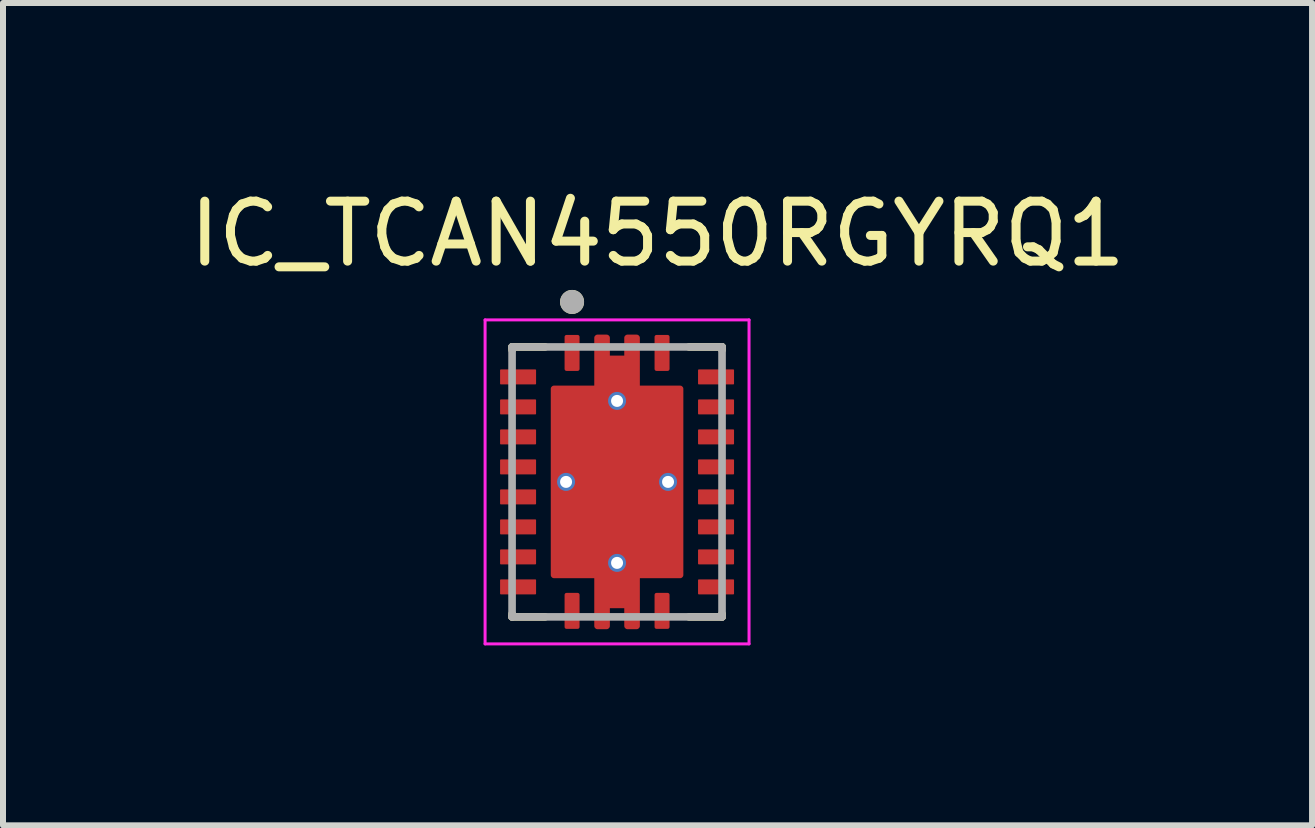
<source format=kicad_pcb>
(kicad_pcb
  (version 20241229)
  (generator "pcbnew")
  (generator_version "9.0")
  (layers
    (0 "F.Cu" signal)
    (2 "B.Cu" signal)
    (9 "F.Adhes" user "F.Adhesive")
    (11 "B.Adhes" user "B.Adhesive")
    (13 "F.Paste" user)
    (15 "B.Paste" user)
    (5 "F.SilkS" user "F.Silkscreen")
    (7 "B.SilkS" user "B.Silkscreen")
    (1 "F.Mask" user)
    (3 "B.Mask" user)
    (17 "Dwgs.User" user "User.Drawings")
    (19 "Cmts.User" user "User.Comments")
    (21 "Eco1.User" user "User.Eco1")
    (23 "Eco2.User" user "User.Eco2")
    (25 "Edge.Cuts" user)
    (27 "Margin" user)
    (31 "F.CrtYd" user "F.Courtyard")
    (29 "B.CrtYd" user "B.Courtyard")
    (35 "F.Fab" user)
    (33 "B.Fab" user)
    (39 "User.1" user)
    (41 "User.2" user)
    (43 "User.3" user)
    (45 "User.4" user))
  (footprint "IC_TCAN4550RGYRQ1"
    (layer "F.Cu")
    (at 7.236 4.983)
    (property "Reference" "IC_TCAN4550RGYRQ1" (at 0.675 -4.135 0) (layer "F.SilkS") (effects (font (size 1 1) (thickness 0.15))))
    (attr smd)
    (fp_poly (pts (xy -1.9 -1.945) (xy -1.4 -1.945) (xy -1.394 -1.945) (xy -1.387 -1.944) (xy -1.381 -1.944) (xy -1.375 -1.942) (xy -1.369 -1.941) (xy -1.363 -1.939) (xy -1.357 -1.937) (xy -1.351 -1.935) (xy -1.346 -1.932) (xy -1.34 -1.929) (xy -1.335 -1.926) (xy -1.329 -1.922) (xy -1.324 -1.918) (xy -1.32 -1.914) (xy -1.315 -1.91) (xy -1.311 -1.905) (xy -1.307 -1.901) (xy -1.303 -1.896) (xy -1.299 -1.89) (xy -1.296 -1.885) (xy -1.293 -1.879) (xy -1.29 -1.874) (xy -1.288 -1.868) (xy -1.286 -1.862) (xy -1.284 -1.856) (xy -1.283 -1.85) (xy -1.281 -1.844) (xy -1.281 -1.838) (xy -1.28 -1.831) (xy -1.28 -1.825) (xy -1.28 -1.675) (xy -1.28 -1.669) (xy -1.281 -1.662) (xy -1.281 -1.656) (xy -1.283 -1.65) (xy -1.284 -1.644) (xy -1.286 -1.638) (xy -1.288 -1.632) (xy -1.29 -1.626) (xy -1.293 -1.621) (xy -1.296 -1.615) (xy -1.299 -1.61) (xy -1.303 -1.604) (xy -1.307 -1.599) (xy -1.311 -1.595) (xy -1.315 -1.59) (xy -1.32 -1.586) (xy -1.324 -1.582) (xy -1.329 -1.578) (xy -1.335 -1.574) (xy -1.34 -1.571) (xy -1.346 -1.568) (xy -1.351 -1.565) (xy -1.357 -1.563) (xy -1.363 -1.561) (xy -1.369 -1.559) (xy -1.375 -1.558) (xy -1.381 -1.556) (xy -1.387 -1.556) (xy -1.394 -1.555) (xy -1.4 -1.555) (xy -1.9 -1.555) (xy -1.906 -1.555) (xy -1.913 -1.556) (xy -1.919 -1.556) (xy -1.925 -1.558) (xy -1.931 -1.559) (xy -1.937 -1.561) (xy -1.943 -1.563) (xy -1.949 -1.565) (xy -1.954 -1.568) (xy -1.96 -1.571) (xy -1.965 -1.574) (xy -1.971 -1.578) (xy -1.976 -1.582) (xy -1.98 -1.586) (xy -1.985 -1.59) (xy -1.989 -1.595) (xy -1.993 -1.599) (xy -1.997 -1.604) (xy -2.001 -1.61) (xy -2.004 -1.615) (xy -2.007 -1.621) (xy -2.01 -1.626) (xy -2.012 -1.632) (xy -2.014 -1.638) (xy -2.016 -1.644) (xy -2.017 -1.65) (xy -2.019 -1.656) (xy -2.019 -1.662) (xy -2.02 -1.669) (xy -2.02 -1.675) (xy -2.02 -1.825) (xy -2.02 -1.831) (xy -2.019 -1.838) (xy -2.019 -1.844) (xy -2.017 -1.85) (xy -2.016 -1.856) (xy -2.014 -1.862) (xy -2.012 -1.868) (xy -2.01 -1.874) (xy -2.007 -1.879) (xy -2.004 -1.885) (xy -2.001 -1.89) (xy -1.997 -1.896) (xy -1.993 -1.901) (xy -1.989 -1.905) (xy -1.985 -1.91) (xy -1.98 -1.914) (xy -1.976 -1.918) (xy -1.971 -1.922) (xy -1.965 -1.926) (xy -1.96 -1.929) (xy -1.954 -1.932) (xy -1.949 -1.935) (xy -1.943 -1.937) (xy -1.937 -1.939) (xy -1.931 -1.941) (xy -1.925 -1.942) (xy -1.919 -1.944) (xy -1.913 -1.944) (xy -1.906 -1.945) (xy -1.9 -1.945)) (stroke (width 0.01) (type solid)) (fill yes) (layer "F.Mask"))
    (fp_poly (pts (xy -1.9 -1.445) (xy -1.4 -1.445) (xy -1.394 -1.445) (xy -1.387 -1.444) (xy -1.381 -1.444) (xy -1.375 -1.442) (xy -1.369 -1.441) (xy -1.363 -1.439) (xy -1.357 -1.437) (xy -1.351 -1.435) (xy -1.346 -1.432) (xy -1.34 -1.429) (xy -1.335 -1.426) (xy -1.329 -1.422) (xy -1.324 -1.418) (xy -1.32 -1.414) (xy -1.315 -1.41) (xy -1.311 -1.405) (xy -1.307 -1.401) (xy -1.303 -1.396) (xy -1.299 -1.39) (xy -1.296 -1.385) (xy -1.293 -1.379) (xy -1.29 -1.374) (xy -1.288 -1.368) (xy -1.286 -1.362) (xy -1.284 -1.356) (xy -1.283 -1.35) (xy -1.281 -1.344) (xy -1.281 -1.338) (xy -1.28 -1.331) (xy -1.28 -1.325) (xy -1.28 -1.175) (xy -1.28 -1.169) (xy -1.281 -1.162) (xy -1.281 -1.156) (xy -1.283 -1.15) (xy -1.284 -1.144) (xy -1.286 -1.138) (xy -1.288 -1.132) (xy -1.29 -1.126) (xy -1.293 -1.121) (xy -1.296 -1.115) (xy -1.299 -1.11) (xy -1.303 -1.104) (xy -1.307 -1.099) (xy -1.311 -1.095) (xy -1.315 -1.09) (xy -1.32 -1.086) (xy -1.324 -1.082) (xy -1.329 -1.078) (xy -1.335 -1.074) (xy -1.34 -1.071) (xy -1.346 -1.068) (xy -1.351 -1.065) (xy -1.357 -1.063) (xy -1.363 -1.061) (xy -1.369 -1.059) (xy -1.375 -1.058) (xy -1.381 -1.056) (xy -1.387 -1.056) (xy -1.394 -1.055) (xy -1.4 -1.055) (xy -1.9 -1.055) (xy -1.906 -1.055) (xy -1.913 -1.056) (xy -1.919 -1.056) (xy -1.925 -1.058) (xy -1.931 -1.059) (xy -1.937 -1.061) (xy -1.943 -1.063) (xy -1.949 -1.065) (xy -1.954 -1.068) (xy -1.96 -1.071) (xy -1.965 -1.074) (xy -1.971 -1.078) (xy -1.976 -1.082) (xy -1.98 -1.086) (xy -1.985 -1.09) (xy -1.989 -1.095) (xy -1.993 -1.099) (xy -1.997 -1.104) (xy -2.001 -1.11) (xy -2.004 -1.115) (xy -2.007 -1.121) (xy -2.01 -1.126) (xy -2.012 -1.132) (xy -2.014 -1.138) (xy -2.016 -1.144) (xy -2.017 -1.15) (xy -2.019 -1.156) (xy -2.019 -1.162) (xy -2.02 -1.169) (xy -2.02 -1.175) (xy -2.02 -1.325) (xy -2.02 -1.331) (xy -2.019 -1.338) (xy -2.019 -1.344) (xy -2.017 -1.35) (xy -2.016 -1.356) (xy -2.014 -1.362) (xy -2.012 -1.368) (xy -2.01 -1.374) (xy -2.007 -1.379) (xy -2.004 -1.385) (xy -2.001 -1.39) (xy -1.997 -1.396) (xy -1.993 -1.401) (xy -1.989 -1.405) (xy -1.985 -1.41) (xy -1.98 -1.414) (xy -1.976 -1.418) (xy -1.971 -1.422) (xy -1.965 -1.426) (xy -1.96 -1.429) (xy -1.954 -1.432) (xy -1.949 -1.435) (xy -1.943 -1.437) (xy -1.937 -1.439) (xy -1.931 -1.441) (xy -1.925 -1.442) (xy -1.919 -1.444) (xy -1.913 -1.444) (xy -1.906 -1.445) (xy -1.9 -1.445)) (stroke (width 0.01) (type solid)) (fill yes) (layer "F.Mask"))
    (fp_poly (pts (xy -1.9 -0.945) (xy -1.4 -0.945) (xy -1.394 -0.945) (xy -1.387 -0.944) (xy -1.381 -0.944) (xy -1.375 -0.942) (xy -1.369 -0.941) (xy -1.363 -0.939) (xy -1.357 -0.937) (xy -1.351 -0.935) (xy -1.346 -0.932) (xy -1.34 -0.929) (xy -1.335 -0.926) (xy -1.329 -0.922) (xy -1.324 -0.918) (xy -1.32 -0.914) (xy -1.315 -0.91) (xy -1.311 -0.905) (xy -1.307 -0.901) (xy -1.303 -0.896) (xy -1.299 -0.89) (xy -1.296 -0.885) (xy -1.293 -0.879) (xy -1.29 -0.874) (xy -1.288 -0.868) (xy -1.286 -0.862) (xy -1.284 -0.856) (xy -1.283 -0.85) (xy -1.281 -0.844) (xy -1.281 -0.838) (xy -1.28 -0.831) (xy -1.28 -0.825) (xy -1.28 -0.675) (xy -1.28 -0.669) (xy -1.281 -0.662) (xy -1.281 -0.656) (xy -1.283 -0.65) (xy -1.284 -0.644) (xy -1.286 -0.638) (xy -1.288 -0.632) (xy -1.29 -0.626) (xy -1.293 -0.621) (xy -1.296 -0.615) (xy -1.299 -0.61) (xy -1.303 -0.604) (xy -1.307 -0.599) (xy -1.311 -0.595) (xy -1.315 -0.59) (xy -1.32 -0.586) (xy -1.324 -0.582) (xy -1.329 -0.578) (xy -1.335 -0.574) (xy -1.34 -0.571) (xy -1.346 -0.568) (xy -1.351 -0.565) (xy -1.357 -0.563) (xy -1.363 -0.561) (xy -1.369 -0.559) (xy -1.375 -0.558) (xy -1.381 -0.556) (xy -1.387 -0.556) (xy -1.394 -0.555) (xy -1.4 -0.555) (xy -1.9 -0.555) (xy -1.906 -0.555) (xy -1.913 -0.556) (xy -1.919 -0.556) (xy -1.925 -0.558) (xy -1.931 -0.559) (xy -1.937 -0.561) (xy -1.943 -0.563) (xy -1.949 -0.565) (xy -1.954 -0.568) (xy -1.96 -0.571) (xy -1.965 -0.574) (xy -1.971 -0.578) (xy -1.976 -0.582) (xy -1.98 -0.586) (xy -1.985 -0.59) (xy -1.989 -0.595) (xy -1.993 -0.599) (xy -1.997 -0.604) (xy -2.001 -0.61) (xy -2.004 -0.615) (xy -2.007 -0.621) (xy -2.01 -0.626) (xy -2.012 -0.632) (xy -2.014 -0.638) (xy -2.016 -0.644) (xy -2.017 -0.65) (xy -2.019 -0.656) (xy -2.019 -0.662) (xy -2.02 -0.669) (xy -2.02 -0.675) (xy -2.02 -0.825) (xy -2.02 -0.831) (xy -2.019 -0.838) (xy -2.019 -0.844) (xy -2.017 -0.85) (xy -2.016 -0.856) (xy -2.014 -0.862) (xy -2.012 -0.868) (xy -2.01 -0.874) (xy -2.007 -0.879) (xy -2.004 -0.885) (xy -2.001 -0.89) (xy -1.997 -0.896) (xy -1.993 -0.901) (xy -1.989 -0.905) (xy -1.985 -0.91) (xy -1.98 -0.914) (xy -1.976 -0.918) (xy -1.971 -0.922) (xy -1.965 -0.926) (xy -1.96 -0.929) (xy -1.954 -0.932) (xy -1.949 -0.935) (xy -1.943 -0.937) (xy -1.937 -0.939) (xy -1.931 -0.941) (xy -1.925 -0.942) (xy -1.919 -0.944) (xy -1.913 -0.944) (xy -1.906 -0.945) (xy -1.9 -0.945)) (stroke (width 0.01) (type solid)) (fill yes) (layer "F.Mask"))
    (fp_poly (pts (xy -1.9 -0.445) (xy -1.4 -0.445) (xy -1.394 -0.445) (xy -1.387 -0.444) (xy -1.381 -0.444) (xy -1.375 -0.442) (xy -1.369 -0.441) (xy -1.363 -0.439) (xy -1.357 -0.437) (xy -1.351 -0.435) (xy -1.346 -0.432) (xy -1.34 -0.429) (xy -1.335 -0.426) (xy -1.329 -0.422) (xy -1.324 -0.418) (xy -1.32 -0.414) (xy -1.315 -0.41) (xy -1.311 -0.405) (xy -1.307 -0.401) (xy -1.303 -0.396) (xy -1.299 -0.39) (xy -1.296 -0.385) (xy -1.293 -0.379) (xy -1.29 -0.374) (xy -1.288 -0.368) (xy -1.286 -0.362) (xy -1.284 -0.356) (xy -1.283 -0.35) (xy -1.281 -0.344) (xy -1.281 -0.338) (xy -1.28 -0.331) (xy -1.28 -0.325) (xy -1.28 -0.175) (xy -1.28 -0.169) (xy -1.281 -0.162) (xy -1.281 -0.156) (xy -1.283 -0.15) (xy -1.284 -0.144) (xy -1.286 -0.138) (xy -1.288 -0.132) (xy -1.29 -0.126) (xy -1.293 -0.121) (xy -1.296 -0.115) (xy -1.299 -0.11) (xy -1.303 -0.104) (xy -1.307 -0.099) (xy -1.311 -0.095) (xy -1.315 -0.09) (xy -1.32 -0.086) (xy -1.324 -0.082) (xy -1.329 -0.078) (xy -1.335 -0.074) (xy -1.34 -0.071) (xy -1.346 -0.068) (xy -1.351 -0.065) (xy -1.357 -0.063) (xy -1.363 -0.061) (xy -1.369 -0.059) (xy -1.375 -0.058) (xy -1.381 -0.056) (xy -1.387 -0.056) (xy -1.394 -0.055) (xy -1.4 -0.055) (xy -1.9 -0.055) (xy -1.906 -0.055) (xy -1.913 -0.056) (xy -1.919 -0.056) (xy -1.925 -0.058) (xy -1.931 -0.059) (xy -1.937 -0.061) (xy -1.943 -0.063) (xy -1.949 -0.065) (xy -1.954 -0.068) (xy -1.96 -0.071) (xy -1.965 -0.074) (xy -1.971 -0.078) (xy -1.976 -0.082) (xy -1.98 -0.086) (xy -1.985 -0.09) (xy -1.989 -0.095) (xy -1.993 -0.099) (xy -1.997 -0.104) (xy -2.001 -0.11) (xy -2.004 -0.115) (xy -2.007 -0.121) (xy -2.01 -0.126) (xy -2.012 -0.132) (xy -2.014 -0.138) (xy -2.016 -0.144) (xy -2.017 -0.15) (xy -2.019 -0.156) (xy -2.019 -0.162) (xy -2.02 -0.169) (xy -2.02 -0.175) (xy -2.02 -0.325) (xy -2.02 -0.331) (xy -2.019 -0.338) (xy -2.019 -0.344) (xy -2.017 -0.35) (xy -2.016 -0.356) (xy -2.014 -0.362) (xy -2.012 -0.368) (xy -2.01 -0.374) (xy -2.007 -0.379) (xy -2.004 -0.385) (xy -2.001 -0.39) (xy -1.997 -0.396) (xy -1.993 -0.401) (xy -1.989 -0.405) (xy -1.985 -0.41) (xy -1.98 -0.414) (xy -1.976 -0.418) (xy -1.971 -0.422) (xy -1.965 -0.426) (xy -1.96 -0.429) (xy -1.954 -0.432) (xy -1.949 -0.435) (xy -1.943 -0.437) (xy -1.937 -0.439) (xy -1.931 -0.441) (xy -1.925 -0.442) (xy -1.919 -0.444) (xy -1.913 -0.444) (xy -1.906 -0.445) (xy -1.9 -0.445)) (stroke (width 0.01) (type solid)) (fill yes) (layer "F.Mask"))
    (fp_poly (pts (xy -1.9 0.055) (xy -1.4 0.055) (xy -1.394 0.055) (xy -1.387 0.056) (xy -1.381 0.056) (xy -1.375 0.058) (xy -1.369 0.059) (xy -1.363 0.061) (xy -1.357 0.063) (xy -1.351 0.065) (xy -1.346 0.068) (xy -1.34 0.071) (xy -1.335 0.074) (xy -1.329 0.078) (xy -1.324 0.082) (xy -1.32 0.086) (xy -1.315 0.09) (xy -1.311 0.095) (xy -1.307 0.099) (xy -1.303 0.104) (xy -1.299 0.11) (xy -1.296 0.115) (xy -1.293 0.121) (xy -1.29 0.126) (xy -1.288 0.132) (xy -1.286 0.138) (xy -1.284 0.144) (xy -1.283 0.15) (xy -1.281 0.156) (xy -1.281 0.162) (xy -1.28 0.169) (xy -1.28 0.175) (xy -1.28 0.325) (xy -1.28 0.331) (xy -1.281 0.338) (xy -1.281 0.344) (xy -1.283 0.35) (xy -1.284 0.356) (xy -1.286 0.362) (xy -1.288 0.368) (xy -1.29 0.374) (xy -1.293 0.379) (xy -1.296 0.385) (xy -1.299 0.39) (xy -1.303 0.396) (xy -1.307 0.401) (xy -1.311 0.405) (xy -1.315 0.41) (xy -1.32 0.414) (xy -1.324 0.418) (xy -1.329 0.422) (xy -1.335 0.426) (xy -1.34 0.429) (xy -1.346 0.432) (xy -1.351 0.435) (xy -1.357 0.437) (xy -1.363 0.439) (xy -1.369 0.441) (xy -1.375 0.442) (xy -1.381 0.444) (xy -1.387 0.444) (xy -1.394 0.445) (xy -1.4 0.445) (xy -1.9 0.445) (xy -1.906 0.445) (xy -1.913 0.444) (xy -1.919 0.444) (xy -1.925 0.442) (xy -1.931 0.441) (xy -1.937 0.439) (xy -1.943 0.437) (xy -1.949 0.435) (xy -1.954 0.432) (xy -1.96 0.429) (xy -1.965 0.426) (xy -1.971 0.422) (xy -1.976 0.418) (xy -1.98 0.414) (xy -1.985 0.41) (xy -1.989 0.405) (xy -1.993 0.401) (xy -1.997 0.396) (xy -2.001 0.39) (xy -2.004 0.385) (xy -2.007 0.379) (xy -2.01 0.374) (xy -2.012 0.368) (xy -2.014 0.362) (xy -2.016 0.356) (xy -2.017 0.35) (xy -2.019 0.344) (xy -2.019 0.338) (xy -2.02 0.331) (xy -2.02 0.325) (xy -2.02 0.175) (xy -2.02 0.169) (xy -2.019 0.162) (xy -2.019 0.156) (xy -2.017 0.15) (xy -2.016 0.144) (xy -2.014 0.138) (xy -2.012 0.132) (xy -2.01 0.126) (xy -2.007 0.121) (xy -2.004 0.115) (xy -2.001 0.11) (xy -1.997 0.104) (xy -1.993 0.099) (xy -1.989 0.095) (xy -1.985 0.09) (xy -1.98 0.086) (xy -1.976 0.082) (xy -1.971 0.078) (xy -1.965 0.074) (xy -1.96 0.071) (xy -1.954 0.068) (xy -1.949 0.065) (xy -1.943 0.063) (xy -1.937 0.061) (xy -1.931 0.059) (xy -1.925 0.058) (xy -1.919 0.056) (xy -1.913 0.056) (xy -1.906 0.055) (xy -1.9 0.055)) (stroke (width 0.01) (type solid)) (fill yes) (layer "F.Mask"))
    (fp_poly (pts (xy -1.9 0.555) (xy -1.4 0.555) (xy -1.394 0.555) (xy -1.387 0.556) (xy -1.381 0.556) (xy -1.375 0.558) (xy -1.369 0.559) (xy -1.363 0.561) (xy -1.357 0.563) (xy -1.351 0.565) (xy -1.346 0.568) (xy -1.34 0.571) (xy -1.335 0.574) (xy -1.329 0.578) (xy -1.324 0.582) (xy -1.32 0.586) (xy -1.315 0.59) (xy -1.311 0.595) (xy -1.307 0.599) (xy -1.303 0.604) (xy -1.299 0.61) (xy -1.296 0.615) (xy -1.293 0.621) (xy -1.29 0.626) (xy -1.288 0.632) (xy -1.286 0.638) (xy -1.284 0.644) (xy -1.283 0.65) (xy -1.281 0.656) (xy -1.281 0.662) (xy -1.28 0.669) (xy -1.28 0.675) (xy -1.28 0.825) (xy -1.28 0.831) (xy -1.281 0.838) (xy -1.281 0.844) (xy -1.283 0.85) (xy -1.284 0.856) (xy -1.286 0.862) (xy -1.288 0.868) (xy -1.29 0.874) (xy -1.293 0.879) (xy -1.296 0.885) (xy -1.299 0.89) (xy -1.303 0.896) (xy -1.307 0.901) (xy -1.311 0.905) (xy -1.315 0.91) (xy -1.32 0.914) (xy -1.324 0.918) (xy -1.329 0.922) (xy -1.335 0.926) (xy -1.34 0.929) (xy -1.346 0.932) (xy -1.351 0.935) (xy -1.357 0.937) (xy -1.363 0.939) (xy -1.369 0.941) (xy -1.375 0.942) (xy -1.381 0.944) (xy -1.387 0.944) (xy -1.394 0.945) (xy -1.4 0.945) (xy -1.9 0.945) (xy -1.906 0.945) (xy -1.913 0.944) (xy -1.919 0.944) (xy -1.925 0.942) (xy -1.931 0.941) (xy -1.937 0.939) (xy -1.943 0.937) (xy -1.949 0.935) (xy -1.954 0.932) (xy -1.96 0.929) (xy -1.965 0.926) (xy -1.971 0.922) (xy -1.976 0.918) (xy -1.98 0.914) (xy -1.985 0.91) (xy -1.989 0.905) (xy -1.993 0.901) (xy -1.997 0.896) (xy -2.001 0.89) (xy -2.004 0.885) (xy -2.007 0.879) (xy -2.01 0.874) (xy -2.012 0.868) (xy -2.014 0.862) (xy -2.016 0.856) (xy -2.017 0.85) (xy -2.019 0.844) (xy -2.019 0.838) (xy -2.02 0.831) (xy -2.02 0.825) (xy -2.02 0.675) (xy -2.02 0.669) (xy -2.019 0.662) (xy -2.019 0.656) (xy -2.017 0.65) (xy -2.016 0.644) (xy -2.014 0.638) (xy -2.012 0.632) (xy -2.01 0.626) (xy -2.007 0.621) (xy -2.004 0.615) (xy -2.001 0.61) (xy -1.997 0.604) (xy -1.993 0.599) (xy -1.989 0.595) (xy -1.985 0.59) (xy -1.98 0.586) (xy -1.976 0.582) (xy -1.971 0.578) (xy -1.965 0.574) (xy -1.96 0.571) (xy -1.954 0.568) (xy -1.949 0.565) (xy -1.943 0.563) (xy -1.937 0.561) (xy -1.931 0.559) (xy -1.925 0.558) (xy -1.919 0.556) (xy -1.913 0.556) (xy -1.906 0.555) (xy -1.9 0.555)) (stroke (width 0.01) (type solid)) (fill yes) (layer "F.Mask"))
    (fp_poly (pts (xy -1.9 1.055) (xy -1.4 1.055) (xy -1.394 1.055) (xy -1.387 1.056) (xy -1.381 1.056) (xy -1.375 1.058) (xy -1.369 1.059) (xy -1.363 1.061) (xy -1.357 1.063) (xy -1.351 1.065) (xy -1.346 1.068) (xy -1.34 1.071) (xy -1.335 1.074) (xy -1.329 1.078) (xy -1.324 1.082) (xy -1.32 1.086) (xy -1.315 1.09) (xy -1.311 1.095) (xy -1.307 1.099) (xy -1.303 1.104) (xy -1.299 1.11) (xy -1.296 1.115) (xy -1.293 1.121) (xy -1.29 1.126) (xy -1.288 1.132) (xy -1.286 1.138) (xy -1.284 1.144) (xy -1.283 1.15) (xy -1.281 1.156) (xy -1.281 1.162) (xy -1.28 1.169) (xy -1.28 1.175) (xy -1.28 1.325) (xy -1.28 1.331) (xy -1.281 1.338) (xy -1.281 1.344) (xy -1.283 1.35) (xy -1.284 1.356) (xy -1.286 1.362) (xy -1.288 1.368) (xy -1.29 1.374) (xy -1.293 1.379) (xy -1.296 1.385) (xy -1.299 1.39) (xy -1.303 1.396) (xy -1.307 1.401) (xy -1.311 1.405) (xy -1.315 1.41) (xy -1.32 1.414) (xy -1.324 1.418) (xy -1.329 1.422) (xy -1.335 1.426) (xy -1.34 1.429) (xy -1.346 1.432) (xy -1.351 1.435) (xy -1.357 1.437) (xy -1.363 1.439) (xy -1.369 1.441) (xy -1.375 1.442) (xy -1.381 1.444) (xy -1.387 1.444) (xy -1.394 1.445) (xy -1.4 1.445) (xy -1.9 1.445) (xy -1.906 1.445) (xy -1.913 1.444) (xy -1.919 1.444) (xy -1.925 1.442) (xy -1.931 1.441) (xy -1.937 1.439) (xy -1.943 1.437) (xy -1.949 1.435) (xy -1.954 1.432) (xy -1.96 1.429) (xy -1.965 1.426) (xy -1.971 1.422) (xy -1.976 1.418) (xy -1.98 1.414) (xy -1.985 1.41) (xy -1.989 1.405) (xy -1.993 1.401) (xy -1.997 1.396) (xy -2.001 1.39) (xy -2.004 1.385) (xy -2.007 1.379) (xy -2.01 1.374) (xy -2.012 1.368) (xy -2.014 1.362) (xy -2.016 1.356) (xy -2.017 1.35) (xy -2.019 1.344) (xy -2.019 1.338) (xy -2.02 1.331) (xy -2.02 1.325) (xy -2.02 1.175) (xy -2.02 1.169) (xy -2.019 1.162) (xy -2.019 1.156) (xy -2.017 1.15) (xy -2.016 1.144) (xy -2.014 1.138) (xy -2.012 1.132) (xy -2.01 1.126) (xy -2.007 1.121) (xy -2.004 1.115) (xy -2.001 1.11) (xy -1.997 1.104) (xy -1.993 1.099) (xy -1.989 1.095) (xy -1.985 1.09) (xy -1.98 1.086) (xy -1.976 1.082) (xy -1.971 1.078) (xy -1.965 1.074) (xy -1.96 1.071) (xy -1.954 1.068) (xy -1.949 1.065) (xy -1.943 1.063) (xy -1.937 1.061) (xy -1.931 1.059) (xy -1.925 1.058) (xy -1.919 1.056) (xy -1.913 1.056) (xy -1.906 1.055) (xy -1.9 1.055)) (stroke (width 0.01) (type solid)) (fill yes) (layer "F.Mask"))
    (fp_poly (pts (xy -1.9 1.555) (xy -1.4 1.555) (xy -1.394 1.555) (xy -1.387 1.556) (xy -1.381 1.556) (xy -1.375 1.558) (xy -1.369 1.559) (xy -1.363 1.561) (xy -1.357 1.563) (xy -1.351 1.565) (xy -1.346 1.568) (xy -1.34 1.571) (xy -1.335 1.574) (xy -1.329 1.578) (xy -1.324 1.582) (xy -1.32 1.586) (xy -1.315 1.59) (xy -1.311 1.595) (xy -1.307 1.599) (xy -1.303 1.604) (xy -1.299 1.61) (xy -1.296 1.615) (xy -1.293 1.621) (xy -1.29 1.626) (xy -1.288 1.632) (xy -1.286 1.638) (xy -1.284 1.644) (xy -1.283 1.65) (xy -1.281 1.656) (xy -1.281 1.662) (xy -1.28 1.669) (xy -1.28 1.675) (xy -1.28 1.825) (xy -1.28 1.831) (xy -1.281 1.838) (xy -1.281 1.844) (xy -1.283 1.85) (xy -1.284 1.856) (xy -1.286 1.862) (xy -1.288 1.868) (xy -1.29 1.874) (xy -1.293 1.879) (xy -1.296 1.885) (xy -1.299 1.89) (xy -1.303 1.896) (xy -1.307 1.901) (xy -1.311 1.905) (xy -1.315 1.91) (xy -1.32 1.914) (xy -1.324 1.918) (xy -1.329 1.922) (xy -1.335 1.926) (xy -1.34 1.929) (xy -1.346 1.932) (xy -1.351 1.935) (xy -1.357 1.937) (xy -1.363 1.939) (xy -1.369 1.941) (xy -1.375 1.942) (xy -1.381 1.944) (xy -1.387 1.944) (xy -1.394 1.945) (xy -1.4 1.945) (xy -1.9 1.945) (xy -1.906 1.945) (xy -1.913 1.944) (xy -1.919 1.944) (xy -1.925 1.942) (xy -1.931 1.941) (xy -1.937 1.939) (xy -1.943 1.937) (xy -1.949 1.935) (xy -1.954 1.932) (xy -1.96 1.929) (xy -1.965 1.926) (xy -1.971 1.922) (xy -1.976 1.918) (xy -1.98 1.914) (xy -1.985 1.91) (xy -1.989 1.905) (xy -1.993 1.901) (xy -1.997 1.896) (xy -2.001 1.89) (xy -2.004 1.885) (xy -2.007 1.879) (xy -2.01 1.874) (xy -2.012 1.868) (xy -2.014 1.862) (xy -2.016 1.856) (xy -2.017 1.85) (xy -2.019 1.844) (xy -2.019 1.838) (xy -2.02 1.831) (xy -2.02 1.825) (xy -2.02 1.675) (xy -2.02 1.669) (xy -2.019 1.662) (xy -2.019 1.656) (xy -2.017 1.65) (xy -2.016 1.644) (xy -2.014 1.638) (xy -2.012 1.632) (xy -2.01 1.626) (xy -2.007 1.621) (xy -2.004 1.615) (xy -2.001 1.61) (xy -1.997 1.604) (xy -1.993 1.599) (xy -1.989 1.595) (xy -1.985 1.59) (xy -1.98 1.586) (xy -1.976 1.582) (xy -1.971 1.578) (xy -1.965 1.574) (xy -1.96 1.571) (xy -1.954 1.568) (xy -1.949 1.565) (xy -1.943 1.563) (xy -1.937 1.561) (xy -1.931 1.559) (xy -1.925 1.558) (xy -1.919 1.556) (xy -1.913 1.556) (xy -1.906 1.555) (xy -1.9 1.555)) (stroke (width 0.01) (type solid)) (fill yes) (layer "F.Mask"))
    (fp_poly (pts (xy -0.945 -1.9) (xy -0.945 -2.4) (xy -0.945 -2.406) (xy -0.944 -2.413) (xy -0.944 -2.419) (xy -0.942 -2.425) (xy -0.941 -2.431) (xy -0.939 -2.437) (xy -0.937 -2.443) (xy -0.935 -2.449) (xy -0.932 -2.454) (xy -0.929 -2.46) (xy -0.926 -2.465) (xy -0.922 -2.471) (xy -0.918 -2.476) (xy -0.914 -2.48) (xy -0.91 -2.485) (xy -0.905 -2.489) (xy -0.901 -2.493) (xy -0.896 -2.497) (xy -0.89 -2.501) (xy -0.885 -2.504) (xy -0.879 -2.507) (xy -0.874 -2.51) (xy -0.868 -2.512) (xy -0.862 -2.514) (xy -0.856 -2.516) (xy -0.85 -2.517) (xy -0.844 -2.519) (xy -0.838 -2.519) (xy -0.831 -2.52) (xy -0.825 -2.52) (xy -0.675 -2.52) (xy -0.669 -2.52) (xy -0.662 -2.519) (xy -0.656 -2.519) (xy -0.65 -2.517) (xy -0.644 -2.516) (xy -0.638 -2.514) (xy -0.632 -2.512) (xy -0.626 -2.51) (xy -0.621 -2.507) (xy -0.615 -2.504) (xy -0.61 -2.501) (xy -0.604 -2.497) (xy -0.599 -2.493) (xy -0.595 -2.489) (xy -0.59 -2.485) (xy -0.586 -2.48) (xy -0.582 -2.476) (xy -0.578 -2.471) (xy -0.574 -2.465) (xy -0.571 -2.46) (xy -0.568 -2.454) (xy -0.565 -2.449) (xy -0.563 -2.443) (xy -0.561 -2.437) (xy -0.559 -2.431) (xy -0.558 -2.425) (xy -0.556 -2.419) (xy -0.556 -2.413) (xy -0.555 -2.406) (xy -0.555 -2.4) (xy -0.555 -1.9) (xy -0.555 -1.894) (xy -0.556 -1.887) (xy -0.556 -1.881) (xy -0.558 -1.875) (xy -0.559 -1.869) (xy -0.561 -1.863) (xy -0.563 -1.857) (xy -0.565 -1.851) (xy -0.568 -1.846) (xy -0.571 -1.84) (xy -0.574 -1.835) (xy -0.578 -1.829) (xy -0.582 -1.824) (xy -0.586 -1.82) (xy -0.59 -1.815) (xy -0.595 -1.811) (xy -0.599 -1.807) (xy -0.604 -1.803) (xy -0.61 -1.799) (xy -0.615 -1.796) (xy -0.621 -1.793) (xy -0.626 -1.79) (xy -0.632 -1.788) (xy -0.638 -1.786) (xy -0.644 -1.784) (xy -0.65 -1.783) (xy -0.656 -1.781) (xy -0.662 -1.781) (xy -0.669 -1.78) (xy -0.675 -1.78) (xy -0.825 -1.78) (xy -0.831 -1.78) (xy -0.838 -1.781) (xy -0.844 -1.781) (xy -0.85 -1.783) (xy -0.856 -1.784) (xy -0.862 -1.786) (xy -0.868 -1.788) (xy -0.874 -1.79) (xy -0.879 -1.793) (xy -0.885 -1.796) (xy -0.89 -1.799) (xy -0.896 -1.803) (xy -0.901 -1.807) (xy -0.905 -1.811) (xy -0.91 -1.815) (xy -0.914 -1.82) (xy -0.918 -1.824) (xy -0.922 -1.829) (xy -0.926 -1.835) (xy -0.929 -1.84) (xy -0.932 -1.846) (xy -0.935 -1.851) (xy -0.937 -1.857) (xy -0.939 -1.863) (xy -0.941 -1.869) (xy -0.942 -1.875) (xy -0.944 -1.881) (xy -0.944 -1.887) (xy -0.945 -1.894) (xy -0.945 -1.9)) (stroke (width 0.01) (type solid)) (fill yes) (layer "F.Mask"))
    (fp_poly (pts (xy -0.945 2.4) (xy -0.945 1.9) (xy -0.945 1.894) (xy -0.944 1.887) (xy -0.944 1.881) (xy -0.942 1.875) (xy -0.941 1.869) (xy -0.939 1.863) (xy -0.937 1.857) (xy -0.935 1.851) (xy -0.932 1.846) (xy -0.929 1.84) (xy -0.926 1.835) (xy -0.922 1.829) (xy -0.918 1.824) (xy -0.914 1.82) (xy -0.91 1.815) (xy -0.905 1.811) (xy -0.901 1.807) (xy -0.896 1.803) (xy -0.89 1.799) (xy -0.885 1.796) (xy -0.879 1.793) (xy -0.874 1.79) (xy -0.868 1.788) (xy -0.862 1.786) (xy -0.856 1.784) (xy -0.85 1.783) (xy -0.844 1.781) (xy -0.838 1.781) (xy -0.831 1.78) (xy -0.825 1.78) (xy -0.675 1.78) (xy -0.669 1.78) (xy -0.662 1.781) (xy -0.656 1.781) (xy -0.65 1.783) (xy -0.644 1.784) (xy -0.638 1.786) (xy -0.632 1.788) (xy -0.626 1.79) (xy -0.621 1.793) (xy -0.615 1.796) (xy -0.61 1.799) (xy -0.604 1.803) (xy -0.599 1.807) (xy -0.595 1.811) (xy -0.59 1.815) (xy -0.586 1.82) (xy -0.582 1.824) (xy -0.578 1.829) (xy -0.574 1.835) (xy -0.571 1.84) (xy -0.568 1.846) (xy -0.565 1.851) (xy -0.563 1.857) (xy -0.561 1.863) (xy -0.559 1.869) (xy -0.558 1.875) (xy -0.556 1.881) (xy -0.556 1.887) (xy -0.555 1.894) (xy -0.555 1.9) (xy -0.555 2.4) (xy -0.555 2.406) (xy -0.556 2.413) (xy -0.556 2.419) (xy -0.558 2.425) (xy -0.559 2.431) (xy -0.561 2.437) (xy -0.563 2.443) (xy -0.565 2.449) (xy -0.568 2.454) (xy -0.571 2.46) (xy -0.574 2.465) (xy -0.578 2.471) (xy -0.582 2.476) (xy -0.586 2.48) (xy -0.59 2.485) (xy -0.595 2.489) (xy -0.599 2.493) (xy -0.604 2.497) (xy -0.61 2.501) (xy -0.615 2.504) (xy -0.621 2.507) (xy -0.626 2.51) (xy -0.632 2.512) (xy -0.638 2.514) (xy -0.644 2.516) (xy -0.65 2.517) (xy -0.656 2.519) (xy -0.662 2.519) (xy -0.669 2.52) (xy -0.675 2.52) (xy -0.825 2.52) (xy -0.831 2.52) (xy -0.838 2.519) (xy -0.844 2.519) (xy -0.85 2.517) (xy -0.856 2.516) (xy -0.862 2.514) (xy -0.868 2.512) (xy -0.874 2.51) (xy -0.879 2.507) (xy -0.885 2.504) (xy -0.89 2.501) (xy -0.896 2.497) (xy -0.901 2.493) (xy -0.905 2.489) (xy -0.91 2.485) (xy -0.914 2.48) (xy -0.918 2.476) (xy -0.922 2.471) (xy -0.926 2.465) (xy -0.929 2.46) (xy -0.932 2.454) (xy -0.935 2.449) (xy -0.937 2.443) (xy -0.939 2.437) (xy -0.941 2.431) (xy -0.942 2.425) (xy -0.944 2.419) (xy -0.944 2.413) (xy -0.945 2.406) (xy -0.945 2.4)) (stroke (width 0.01) (type solid)) (fill yes) (layer "F.Mask"))
    (fp_poly (pts (xy 0.555 -1.9) (xy 0.555 -2.4) (xy 0.555 -2.406) (xy 0.556 -2.413) (xy 0.556 -2.419) (xy 0.558 -2.425) (xy 0.559 -2.431) (xy 0.561 -2.437) (xy 0.563 -2.443) (xy 0.565 -2.449) (xy 0.568 -2.454) (xy 0.571 -2.46) (xy 0.574 -2.465) (xy 0.578 -2.471) (xy 0.582 -2.476) (xy 0.586 -2.48) (xy 0.59 -2.485) (xy 0.595 -2.489) (xy 0.599 -2.493) (xy 0.604 -2.497) (xy 0.61 -2.501) (xy 0.615 -2.504) (xy 0.621 -2.507) (xy 0.626 -2.51) (xy 0.632 -2.512) (xy 0.638 -2.514) (xy 0.644 -2.516) (xy 0.65 -2.517) (xy 0.656 -2.519) (xy 0.662 -2.519) (xy 0.669 -2.52) (xy 0.675 -2.52) (xy 0.825 -2.52) (xy 0.831 -2.52) (xy 0.838 -2.519) (xy 0.844 -2.519) (xy 0.85 -2.517) (xy 0.856 -2.516) (xy 0.862 -2.514) (xy 0.868 -2.512) (xy 0.874 -2.51) (xy 0.879 -2.507) (xy 0.885 -2.504) (xy 0.89 -2.501) (xy 0.896 -2.497) (xy 0.901 -2.493) (xy 0.905 -2.489) (xy 0.91 -2.485) (xy 0.914 -2.48) (xy 0.918 -2.476) (xy 0.922 -2.471) (xy 0.926 -2.465) (xy 0.929 -2.46) (xy 0.932 -2.454) (xy 0.935 -2.449) (xy 0.937 -2.443) (xy 0.939 -2.437) (xy 0.941 -2.431) (xy 0.942 -2.425) (xy 0.944 -2.419) (xy 0.944 -2.413) (xy 0.945 -2.406) (xy 0.945 -2.4) (xy 0.945 -1.9) (xy 0.945 -1.894) (xy 0.944 -1.887) (xy 0.944 -1.881) (xy 0.942 -1.875) (xy 0.941 -1.869) (xy 0.939 -1.863) (xy 0.937 -1.857) (xy 0.935 -1.851) (xy 0.932 -1.846) (xy 0.929 -1.84) (xy 0.926 -1.835) (xy 0.922 -1.829) (xy 0.918 -1.824) (xy 0.914 -1.82) (xy 0.91 -1.815) (xy 0.905 -1.811) (xy 0.901 -1.807) (xy 0.896 -1.803) (xy 0.89 -1.799) (xy 0.885 -1.796) (xy 0.879 -1.793) (xy 0.874 -1.79) (xy 0.868 -1.788) (xy 0.862 -1.786) (xy 0.856 -1.784) (xy 0.85 -1.783) (xy 0.844 -1.781) (xy 0.838 -1.781) (xy 0.831 -1.78) (xy 0.825 -1.78) (xy 0.675 -1.78) (xy 0.669 -1.78) (xy 0.662 -1.781) (xy 0.656 -1.781) (xy 0.65 -1.783) (xy 0.644 -1.784) (xy 0.638 -1.786) (xy 0.632 -1.788) (xy 0.626 -1.79) (xy 0.621 -1.793) (xy 0.615 -1.796) (xy 0.61 -1.799) (xy 0.604 -1.803) (xy 0.599 -1.807) (xy 0.595 -1.811) (xy 0.59 -1.815) (xy 0.586 -1.82) (xy 0.582 -1.824) (xy 0.578 -1.829) (xy 0.574 -1.835) (xy 0.571 -1.84) (xy 0.568 -1.846) (xy 0.565 -1.851) (xy 0.563 -1.857) (xy 0.561 -1.863) (xy 0.559 -1.869) (xy 0.558 -1.875) (xy 0.556 -1.881) (xy 0.556 -1.887) (xy 0.555 -1.894) (xy 0.555 -1.9)) (stroke (width 0.01) (type solid)) (fill yes) (layer "F.Mask"))
    (fp_poly (pts (xy 0.555 2.4) (xy 0.555 1.9) (xy 0.555 1.894) (xy 0.556 1.887) (xy 0.556 1.881) (xy 0.558 1.875) (xy 0.559 1.869) (xy 0.561 1.863) (xy 0.563 1.857) (xy 0.565 1.851) (xy 0.568 1.846) (xy 0.571 1.84) (xy 0.574 1.835) (xy 0.578 1.829) (xy 0.582 1.824) (xy 0.586 1.82) (xy 0.59 1.815) (xy 0.595 1.811) (xy 0.599 1.807) (xy 0.604 1.803) (xy 0.61 1.799) (xy 0.615 1.796) (xy 0.621 1.793) (xy 0.626 1.79) (xy 0.632 1.788) (xy 0.638 1.786) (xy 0.644 1.784) (xy 0.65 1.783) (xy 0.656 1.781) (xy 0.662 1.781) (xy 0.669 1.78) (xy 0.675 1.78) (xy 0.825 1.78) (xy 0.831 1.78) (xy 0.838 1.781) (xy 0.844 1.781) (xy 0.85 1.783) (xy 0.856 1.784) (xy 0.862 1.786) (xy 0.868 1.788) (xy 0.874 1.79) (xy 0.879 1.793) (xy 0.885 1.796) (xy 0.89 1.799) (xy 0.896 1.803) (xy 0.901 1.807) (xy 0.905 1.811) (xy 0.91 1.815) (xy 0.914 1.82) (xy 0.918 1.824) (xy 0.922 1.829) (xy 0.926 1.835) (xy 0.929 1.84) (xy 0.932 1.846) (xy 0.935 1.851) (xy 0.937 1.857) (xy 0.939 1.863) (xy 0.941 1.869) (xy 0.942 1.875) (xy 0.944 1.881) (xy 0.944 1.887) (xy 0.945 1.894) (xy 0.945 1.9) (xy 0.945 2.4) (xy 0.945 2.406) (xy 0.944 2.413) (xy 0.944 2.419) (xy 0.942 2.425) (xy 0.941 2.431) (xy 0.939 2.437) (xy 0.937 2.443) (xy 0.935 2.449) (xy 0.932 2.454) (xy 0.929 2.46) (xy 0.926 2.465) (xy 0.922 2.471) (xy 0.918 2.476) (xy 0.914 2.48) (xy 0.91 2.485) (xy 0.905 2.489) (xy 0.901 2.493) (xy 0.896 2.497) (xy 0.89 2.501) (xy 0.885 2.504) (xy 0.879 2.507) (xy 0.874 2.51) (xy 0.868 2.512) (xy 0.862 2.514) (xy 0.856 2.516) (xy 0.85 2.517) (xy 0.844 2.519) (xy 0.838 2.519) (xy 0.831 2.52) (xy 0.825 2.52) (xy 0.675 2.52) (xy 0.669 2.52) (xy 0.662 2.519) (xy 0.656 2.519) (xy 0.65 2.517) (xy 0.644 2.516) (xy 0.638 2.514) (xy 0.632 2.512) (xy 0.626 2.51) (xy 0.621 2.507) (xy 0.615 2.504) (xy 0.61 2.501) (xy 0.604 2.497) (xy 0.599 2.493) (xy 0.595 2.489) (xy 0.59 2.485) (xy 0.586 2.48) (xy 0.582 2.476) (xy 0.578 2.471) (xy 0.574 2.465) (xy 0.571 2.46) (xy 0.568 2.454) (xy 0.565 2.449) (xy 0.563 2.443) (xy 0.561 2.437) (xy 0.559 2.431) (xy 0.558 2.425) (xy 0.556 2.419) (xy 0.556 2.413) (xy 0.555 2.406) (xy 0.555 2.4)) (stroke (width 0.01) (type solid)) (fill yes) (layer "F.Mask"))
    (fp_poly (pts (xy 1.4 -1.945) (xy 1.9 -1.945) (xy 1.906 -1.945) (xy 1.913 -1.944) (xy 1.919 -1.944) (xy 1.925 -1.942) (xy 1.931 -1.941) (xy 1.937 -1.939) (xy 1.943 -1.937) (xy 1.949 -1.935) (xy 1.954 -1.932) (xy 1.96 -1.929) (xy 1.965 -1.926) (xy 1.971 -1.922) (xy 1.976 -1.918) (xy 1.98 -1.914) (xy 1.985 -1.91) (xy 1.989 -1.905) (xy 1.993 -1.901) (xy 1.997 -1.896) (xy 2.001 -1.89) (xy 2.004 -1.885) (xy 2.007 -1.879) (xy 2.01 -1.874) (xy 2.012 -1.868) (xy 2.014 -1.862) (xy 2.016 -1.856) (xy 2.017 -1.85) (xy 2.019 -1.844) (xy 2.019 -1.838) (xy 2.02 -1.831) (xy 2.02 -1.825) (xy 2.02 -1.675) (xy 2.02 -1.669) (xy 2.019 -1.662) (xy 2.019 -1.656) (xy 2.017 -1.65) (xy 2.016 -1.644) (xy 2.014 -1.638) (xy 2.012 -1.632) (xy 2.01 -1.626) (xy 2.007 -1.621) (xy 2.004 -1.615) (xy 2.001 -1.61) (xy 1.997 -1.604) (xy 1.993 -1.599) (xy 1.989 -1.595) (xy 1.985 -1.59) (xy 1.98 -1.586) (xy 1.976 -1.582) (xy 1.971 -1.578) (xy 1.965 -1.574) (xy 1.96 -1.571) (xy 1.954 -1.568) (xy 1.949 -1.565) (xy 1.943 -1.563) (xy 1.937 -1.561) (xy 1.931 -1.559) (xy 1.925 -1.558) (xy 1.919 -1.556) (xy 1.913 -1.556) (xy 1.906 -1.555) (xy 1.9 -1.555) (xy 1.4 -1.555) (xy 1.394 -1.555) (xy 1.387 -1.556) (xy 1.381 -1.556) (xy 1.375 -1.558) (xy 1.369 -1.559) (xy 1.363 -1.561) (xy 1.357 -1.563) (xy 1.351 -1.565) (xy 1.346 -1.568) (xy 1.34 -1.571) (xy 1.335 -1.574) (xy 1.329 -1.578) (xy 1.324 -1.582) (xy 1.32 -1.586) (xy 1.315 -1.59) (xy 1.311 -1.595) (xy 1.307 -1.599) (xy 1.303 -1.604) (xy 1.299 -1.61) (xy 1.296 -1.615) (xy 1.293 -1.621) (xy 1.29 -1.626) (xy 1.288 -1.632) (xy 1.286 -1.638) (xy 1.284 -1.644) (xy 1.283 -1.65) (xy 1.281 -1.656) (xy 1.281 -1.662) (xy 1.28 -1.669) (xy 1.28 -1.675) (xy 1.28 -1.825) (xy 1.28 -1.831) (xy 1.281 -1.838) (xy 1.281 -1.844) (xy 1.283 -1.85) (xy 1.284 -1.856) (xy 1.286 -1.862) (xy 1.288 -1.868) (xy 1.29 -1.874) (xy 1.293 -1.879) (xy 1.296 -1.885) (xy 1.299 -1.89) (xy 1.303 -1.896) (xy 1.307 -1.901) (xy 1.311 -1.905) (xy 1.315 -1.91) (xy 1.32 -1.914) (xy 1.324 -1.918) (xy 1.329 -1.922) (xy 1.335 -1.926) (xy 1.34 -1.929) (xy 1.346 -1.932) (xy 1.351 -1.935) (xy 1.357 -1.937) (xy 1.363 -1.939) (xy 1.369 -1.941) (xy 1.375 -1.942) (xy 1.381 -1.944) (xy 1.387 -1.944) (xy 1.394 -1.945) (xy 1.4 -1.945)) (stroke (width 0.01) (type solid)) (fill yes) (layer "F.Mask"))
    (fp_poly (pts (xy 1.4 -1.445) (xy 1.9 -1.445) (xy 1.906 -1.445) (xy 1.913 -1.444) (xy 1.919 -1.444) (xy 1.925 -1.442) (xy 1.931 -1.441) (xy 1.937 -1.439) (xy 1.943 -1.437) (xy 1.949 -1.435) (xy 1.954 -1.432) (xy 1.96 -1.429) (xy 1.965 -1.426) (xy 1.971 -1.422) (xy 1.976 -1.418) (xy 1.98 -1.414) (xy 1.985 -1.41) (xy 1.989 -1.405) (xy 1.993 -1.401) (xy 1.997 -1.396) (xy 2.001 -1.39) (xy 2.004 -1.385) (xy 2.007 -1.379) (xy 2.01 -1.374) (xy 2.012 -1.368) (xy 2.014 -1.362) (xy 2.016 -1.356) (xy 2.017 -1.35) (xy 2.019 -1.344) (xy 2.019 -1.338) (xy 2.02 -1.331) (xy 2.02 -1.325) (xy 2.02 -1.175) (xy 2.02 -1.169) (xy 2.019 -1.162) (xy 2.019 -1.156) (xy 2.017 -1.15) (xy 2.016 -1.144) (xy 2.014 -1.138) (xy 2.012 -1.132) (xy 2.01 -1.126) (xy 2.007 -1.121) (xy 2.004 -1.115) (xy 2.001 -1.11) (xy 1.997 -1.104) (xy 1.993 -1.099) (xy 1.989 -1.095) (xy 1.985 -1.09) (xy 1.98 -1.086) (xy 1.976 -1.082) (xy 1.971 -1.078) (xy 1.965 -1.074) (xy 1.96 -1.071) (xy 1.954 -1.068) (xy 1.949 -1.065) (xy 1.943 -1.063) (xy 1.937 -1.061) (xy 1.931 -1.059) (xy 1.925 -1.058) (xy 1.919 -1.056) (xy 1.913 -1.056) (xy 1.906 -1.055) (xy 1.9 -1.055) (xy 1.4 -1.055) (xy 1.394 -1.055) (xy 1.387 -1.056) (xy 1.381 -1.056) (xy 1.375 -1.058) (xy 1.369 -1.059) (xy 1.363 -1.061) (xy 1.357 -1.063) (xy 1.351 -1.065) (xy 1.346 -1.068) (xy 1.34 -1.071) (xy 1.335 -1.074) (xy 1.329 -1.078) (xy 1.324 -1.082) (xy 1.32 -1.086) (xy 1.315 -1.09) (xy 1.311 -1.095) (xy 1.307 -1.099) (xy 1.303 -1.104) (xy 1.299 -1.11) (xy 1.296 -1.115) (xy 1.293 -1.121) (xy 1.29 -1.126) (xy 1.288 -1.132) (xy 1.286 -1.138) (xy 1.284 -1.144) (xy 1.283 -1.15) (xy 1.281 -1.156) (xy 1.281 -1.162) (xy 1.28 -1.169) (xy 1.28 -1.175) (xy 1.28 -1.325) (xy 1.28 -1.331) (xy 1.281 -1.338) (xy 1.281 -1.344) (xy 1.283 -1.35) (xy 1.284 -1.356) (xy 1.286 -1.362) (xy 1.288 -1.368) (xy 1.29 -1.374) (xy 1.293 -1.379) (xy 1.296 -1.385) (xy 1.299 -1.39) (xy 1.303 -1.396) (xy 1.307 -1.401) (xy 1.311 -1.405) (xy 1.315 -1.41) (xy 1.32 -1.414) (xy 1.324 -1.418) (xy 1.329 -1.422) (xy 1.335 -1.426) (xy 1.34 -1.429) (xy 1.346 -1.432) (xy 1.351 -1.435) (xy 1.357 -1.437) (xy 1.363 -1.439) (xy 1.369 -1.441) (xy 1.375 -1.442) (xy 1.381 -1.444) (xy 1.387 -1.444) (xy 1.394 -1.445) (xy 1.4 -1.445)) (stroke (width 0.01) (type solid)) (fill yes) (layer "F.Mask"))
    (fp_poly (pts (xy 1.4 -0.945) (xy 1.9 -0.945) (xy 1.906 -0.945) (xy 1.913 -0.944) (xy 1.919 -0.944) (xy 1.925 -0.942) (xy 1.931 -0.941) (xy 1.937 -0.939) (xy 1.943 -0.937) (xy 1.949 -0.935) (xy 1.954 -0.932) (xy 1.96 -0.929) (xy 1.965 -0.926) (xy 1.971 -0.922) (xy 1.976 -0.918) (xy 1.98 -0.914) (xy 1.985 -0.91) (xy 1.989 -0.905) (xy 1.993 -0.901) (xy 1.997 -0.896) (xy 2.001 -0.89) (xy 2.004 -0.885) (xy 2.007 -0.879) (xy 2.01 -0.874) (xy 2.012 -0.868) (xy 2.014 -0.862) (xy 2.016 -0.856) (xy 2.017 -0.85) (xy 2.019 -0.844) (xy 2.019 -0.838) (xy 2.02 -0.831) (xy 2.02 -0.825) (xy 2.02 -0.675) (xy 2.02 -0.669) (xy 2.019 -0.662) (xy 2.019 -0.656) (xy 2.017 -0.65) (xy 2.016 -0.644) (xy 2.014 -0.638) (xy 2.012 -0.632) (xy 2.01 -0.626) (xy 2.007 -0.621) (xy 2.004 -0.615) (xy 2.001 -0.61) (xy 1.997 -0.604) (xy 1.993 -0.599) (xy 1.989 -0.595) (xy 1.985 -0.59) (xy 1.98 -0.586) (xy 1.976 -0.582) (xy 1.971 -0.578) (xy 1.965 -0.574) (xy 1.96 -0.571) (xy 1.954 -0.568) (xy 1.949 -0.565) (xy 1.943 -0.563) (xy 1.937 -0.561) (xy 1.931 -0.559) (xy 1.925 -0.558) (xy 1.919 -0.556) (xy 1.913 -0.556) (xy 1.906 -0.555) (xy 1.9 -0.555) (xy 1.4 -0.555) (xy 1.394 -0.555) (xy 1.387 -0.556) (xy 1.381 -0.556) (xy 1.375 -0.558) (xy 1.369 -0.559) (xy 1.363 -0.561) (xy 1.357 -0.563) (xy 1.351 -0.565) (xy 1.346 -0.568) (xy 1.34 -0.571) (xy 1.335 -0.574) (xy 1.329 -0.578) (xy 1.324 -0.582) (xy 1.32 -0.586) (xy 1.315 -0.59) (xy 1.311 -0.595) (xy 1.307 -0.599) (xy 1.303 -0.604) (xy 1.299 -0.61) (xy 1.296 -0.615) (xy 1.293 -0.621) (xy 1.29 -0.626) (xy 1.288 -0.632) (xy 1.286 -0.638) (xy 1.284 -0.644) (xy 1.283 -0.65) (xy 1.281 -0.656) (xy 1.281 -0.662) (xy 1.28 -0.669) (xy 1.28 -0.675) (xy 1.28 -0.825) (xy 1.28 -0.831) (xy 1.281 -0.838) (xy 1.281 -0.844) (xy 1.283 -0.85) (xy 1.284 -0.856) (xy 1.286 -0.862) (xy 1.288 -0.868) (xy 1.29 -0.874) (xy 1.293 -0.879) (xy 1.296 -0.885) (xy 1.299 -0.89) (xy 1.303 -0.896) (xy 1.307 -0.901) (xy 1.311 -0.905) (xy 1.315 -0.91) (xy 1.32 -0.914) (xy 1.324 -0.918) (xy 1.329 -0.922) (xy 1.335 -0.926) (xy 1.34 -0.929) (xy 1.346 -0.932) (xy 1.351 -0.935) (xy 1.357 -0.937) (xy 1.363 -0.939) (xy 1.369 -0.941) (xy 1.375 -0.942) (xy 1.381 -0.944) (xy 1.387 -0.944) (xy 1.394 -0.945) (xy 1.4 -0.945)) (stroke (width 0.01) (type solid)) (fill yes) (layer "F.Mask"))
    (fp_poly (pts (xy 1.4 -0.445) (xy 1.9 -0.445) (xy 1.906 -0.445) (xy 1.913 -0.444) (xy 1.919 -0.444) (xy 1.925 -0.442) (xy 1.931 -0.441) (xy 1.937 -0.439) (xy 1.943 -0.437) (xy 1.949 -0.435) (xy 1.954 -0.432) (xy 1.96 -0.429) (xy 1.965 -0.426) (xy 1.971 -0.422) (xy 1.976 -0.418) (xy 1.98 -0.414) (xy 1.985 -0.41) (xy 1.989 -0.405) (xy 1.993 -0.401) (xy 1.997 -0.396) (xy 2.001 -0.39) (xy 2.004 -0.385) (xy 2.007 -0.379) (xy 2.01 -0.374) (xy 2.012 -0.368) (xy 2.014 -0.362) (xy 2.016 -0.356) (xy 2.017 -0.35) (xy 2.019 -0.344) (xy 2.019 -0.338) (xy 2.02 -0.331) (xy 2.02 -0.325) (xy 2.02 -0.175) (xy 2.02 -0.169) (xy 2.019 -0.162) (xy 2.019 -0.156) (xy 2.017 -0.15) (xy 2.016 -0.144) (xy 2.014 -0.138) (xy 2.012 -0.132) (xy 2.01 -0.126) (xy 2.007 -0.121) (xy 2.004 -0.115) (xy 2.001 -0.11) (xy 1.997 -0.104) (xy 1.993 -0.099) (xy 1.989 -0.095) (xy 1.985 -0.09) (xy 1.98 -0.086) (xy 1.976 -0.082) (xy 1.971 -0.078) (xy 1.965 -0.074) (xy 1.96 -0.071) (xy 1.954 -0.068) (xy 1.949 -0.065) (xy 1.943 -0.063) (xy 1.937 -0.061) (xy 1.931 -0.059) (xy 1.925 -0.058) (xy 1.919 -0.056) (xy 1.913 -0.056) (xy 1.906 -0.055) (xy 1.9 -0.055) (xy 1.4 -0.055) (xy 1.394 -0.055) (xy 1.387 -0.056) (xy 1.381 -0.056) (xy 1.375 -0.058) (xy 1.369 -0.059) (xy 1.363 -0.061) (xy 1.357 -0.063) (xy 1.351 -0.065) (xy 1.346 -0.068) (xy 1.34 -0.071) (xy 1.335 -0.074) (xy 1.329 -0.078) (xy 1.324 -0.082) (xy 1.32 -0.086) (xy 1.315 -0.09) (xy 1.311 -0.095) (xy 1.307 -0.099) (xy 1.303 -0.104) (xy 1.299 -0.11) (xy 1.296 -0.115) (xy 1.293 -0.121) (xy 1.29 -0.126) (xy 1.288 -0.132) (xy 1.286 -0.138) (xy 1.284 -0.144) (xy 1.283 -0.15) (xy 1.281 -0.156) (xy 1.281 -0.162) (xy 1.28 -0.169) (xy 1.28 -0.175) (xy 1.28 -0.325) (xy 1.28 -0.331) (xy 1.281 -0.338) (xy 1.281 -0.344) (xy 1.283 -0.35) (xy 1.284 -0.356) (xy 1.286 -0.362) (xy 1.288 -0.368) (xy 1.29 -0.374) (xy 1.293 -0.379) (xy 1.296 -0.385) (xy 1.299 -0.39) (xy 1.303 -0.396) (xy 1.307 -0.401) (xy 1.311 -0.405) (xy 1.315 -0.41) (xy 1.32 -0.414) (xy 1.324 -0.418) (xy 1.329 -0.422) (xy 1.335 -0.426) (xy 1.34 -0.429) (xy 1.346 -0.432) (xy 1.351 -0.435) (xy 1.357 -0.437) (xy 1.363 -0.439) (xy 1.369 -0.441) (xy 1.375 -0.442) (xy 1.381 -0.444) (xy 1.387 -0.444) (xy 1.394 -0.445) (xy 1.4 -0.445)) (stroke (width 0.01) (type solid)) (fill yes) (layer "F.Mask"))
    (fp_poly (pts (xy 1.4 0.055) (xy 1.9 0.055) (xy 1.906 0.055) (xy 1.913 0.056) (xy 1.919 0.056) (xy 1.925 0.058) (xy 1.931 0.059) (xy 1.937 0.061) (xy 1.943 0.063) (xy 1.949 0.065) (xy 1.954 0.068) (xy 1.96 0.071) (xy 1.965 0.074) (xy 1.971 0.078) (xy 1.976 0.082) (xy 1.98 0.086) (xy 1.985 0.09) (xy 1.989 0.095) (xy 1.993 0.099) (xy 1.997 0.104) (xy 2.001 0.11) (xy 2.004 0.115) (xy 2.007 0.121) (xy 2.01 0.126) (xy 2.012 0.132) (xy 2.014 0.138) (xy 2.016 0.144) (xy 2.017 0.15) (xy 2.019 0.156) (xy 2.019 0.162) (xy 2.02 0.169) (xy 2.02 0.175) (xy 2.02 0.325) (xy 2.02 0.331) (xy 2.019 0.338) (xy 2.019 0.344) (xy 2.017 0.35) (xy 2.016 0.356) (xy 2.014 0.362) (xy 2.012 0.368) (xy 2.01 0.374) (xy 2.007 0.379) (xy 2.004 0.385) (xy 2.001 0.39) (xy 1.997 0.396) (xy 1.993 0.401) (xy 1.989 0.405) (xy 1.985 0.41) (xy 1.98 0.414) (xy 1.976 0.418) (xy 1.971 0.422) (xy 1.965 0.426) (xy 1.96 0.429) (xy 1.954 0.432) (xy 1.949 0.435) (xy 1.943 0.437) (xy 1.937 0.439) (xy 1.931 0.441) (xy 1.925 0.442) (xy 1.919 0.444) (xy 1.913 0.444) (xy 1.906 0.445) (xy 1.9 0.445) (xy 1.4 0.445) (xy 1.394 0.445) (xy 1.387 0.444) (xy 1.381 0.444) (xy 1.375 0.442) (xy 1.369 0.441) (xy 1.363 0.439) (xy 1.357 0.437) (xy 1.351 0.435) (xy 1.346 0.432) (xy 1.34 0.429) (xy 1.335 0.426) (xy 1.329 0.422) (xy 1.324 0.418) (xy 1.32 0.414) (xy 1.315 0.41) (xy 1.311 0.405) (xy 1.307 0.401) (xy 1.303 0.396) (xy 1.299 0.39) (xy 1.296 0.385) (xy 1.293 0.379) (xy 1.29 0.374) (xy 1.288 0.368) (xy 1.286 0.362) (xy 1.284 0.356) (xy 1.283 0.35) (xy 1.281 0.344) (xy 1.281 0.338) (xy 1.28 0.331) (xy 1.28 0.325) (xy 1.28 0.175) (xy 1.28 0.169) (xy 1.281 0.162) (xy 1.281 0.156) (xy 1.283 0.15) (xy 1.284 0.144) (xy 1.286 0.138) (xy 1.288 0.132) (xy 1.29 0.126) (xy 1.293 0.121) (xy 1.296 0.115) (xy 1.299 0.11) (xy 1.303 0.104) (xy 1.307 0.099) (xy 1.311 0.095) (xy 1.315 0.09) (xy 1.32 0.086) (xy 1.324 0.082) (xy 1.329 0.078) (xy 1.335 0.074) (xy 1.34 0.071) (xy 1.346 0.068) (xy 1.351 0.065) (xy 1.357 0.063) (xy 1.363 0.061) (xy 1.369 0.059) (xy 1.375 0.058) (xy 1.381 0.056) (xy 1.387 0.056) (xy 1.394 0.055) (xy 1.4 0.055)) (stroke (width 0.01) (type solid)) (fill yes) (layer "F.Mask"))
    (fp_poly (pts (xy 1.4 0.555) (xy 1.9 0.555) (xy 1.906 0.555) (xy 1.913 0.556) (xy 1.919 0.556) (xy 1.925 0.558) (xy 1.931 0.559) (xy 1.937 0.561) (xy 1.943 0.563) (xy 1.949 0.565) (xy 1.954 0.568) (xy 1.96 0.571) (xy 1.965 0.574) (xy 1.971 0.578) (xy 1.976 0.582) (xy 1.98 0.586) (xy 1.985 0.59) (xy 1.989 0.595) (xy 1.993 0.599) (xy 1.997 0.604) (xy 2.001 0.61) (xy 2.004 0.615) (xy 2.007 0.621) (xy 2.01 0.626) (xy 2.012 0.632) (xy 2.014 0.638) (xy 2.016 0.644) (xy 2.017 0.65) (xy 2.019 0.656) (xy 2.019 0.662) (xy 2.02 0.669) (xy 2.02 0.675) (xy 2.02 0.825) (xy 2.02 0.831) (xy 2.019 0.838) (xy 2.019 0.844) (xy 2.017 0.85) (xy 2.016 0.856) (xy 2.014 0.862) (xy 2.012 0.868) (xy 2.01 0.874) (xy 2.007 0.879) (xy 2.004 0.885) (xy 2.001 0.89) (xy 1.997 0.896) (xy 1.993 0.901) (xy 1.989 0.905) (xy 1.985 0.91) (xy 1.98 0.914) (xy 1.976 0.918) (xy 1.971 0.922) (xy 1.965 0.926) (xy 1.96 0.929) (xy 1.954 0.932) (xy 1.949 0.935) (xy 1.943 0.937) (xy 1.937 0.939) (xy 1.931 0.941) (xy 1.925 0.942) (xy 1.919 0.944) (xy 1.913 0.944) (xy 1.906 0.945) (xy 1.9 0.945) (xy 1.4 0.945) (xy 1.394 0.945) (xy 1.387 0.944) (xy 1.381 0.944) (xy 1.375 0.942) (xy 1.369 0.941) (xy 1.363 0.939) (xy 1.357 0.937) (xy 1.351 0.935) (xy 1.346 0.932) (xy 1.34 0.929) (xy 1.335 0.926) (xy 1.329 0.922) (xy 1.324 0.918) (xy 1.32 0.914) (xy 1.315 0.91) (xy 1.311 0.905) (xy 1.307 0.901) (xy 1.303 0.896) (xy 1.299 0.89) (xy 1.296 0.885) (xy 1.293 0.879) (xy 1.29 0.874) (xy 1.288 0.868) (xy 1.286 0.862) (xy 1.284 0.856) (xy 1.283 0.85) (xy 1.281 0.844) (xy 1.281 0.838) (xy 1.28 0.831) (xy 1.28 0.825) (xy 1.28 0.675) (xy 1.28 0.669) (xy 1.281 0.662) (xy 1.281 0.656) (xy 1.283 0.65) (xy 1.284 0.644) (xy 1.286 0.638) (xy 1.288 0.632) (xy 1.29 0.626) (xy 1.293 0.621) (xy 1.296 0.615) (xy 1.299 0.61) (xy 1.303 0.604) (xy 1.307 0.599) (xy 1.311 0.595) (xy 1.315 0.59) (xy 1.32 0.586) (xy 1.324 0.582) (xy 1.329 0.578) (xy 1.335 0.574) (xy 1.34 0.571) (xy 1.346 0.568) (xy 1.351 0.565) (xy 1.357 0.563) (xy 1.363 0.561) (xy 1.369 0.559) (xy 1.375 0.558) (xy 1.381 0.556) (xy 1.387 0.556) (xy 1.394 0.555) (xy 1.4 0.555)) (stroke (width 0.01) (type solid)) (fill yes) (layer "F.Mask"))
    (fp_poly (pts (xy 1.4 1.055) (xy 1.9 1.055) (xy 1.906 1.055) (xy 1.913 1.056) (xy 1.919 1.056) (xy 1.925 1.058) (xy 1.931 1.059) (xy 1.937 1.061) (xy 1.943 1.063) (xy 1.949 1.065) (xy 1.954 1.068) (xy 1.96 1.071) (xy 1.965 1.074) (xy 1.971 1.078) (xy 1.976 1.082) (xy 1.98 1.086) (xy 1.985 1.09) (xy 1.989 1.095) (xy 1.993 1.099) (xy 1.997 1.104) (xy 2.001 1.11) (xy 2.004 1.115) (xy 2.007 1.121) (xy 2.01 1.126) (xy 2.012 1.132) (xy 2.014 1.138) (xy 2.016 1.144) (xy 2.017 1.15) (xy 2.019 1.156) (xy 2.019 1.162) (xy 2.02 1.169) (xy 2.02 1.175) (xy 2.02 1.325) (xy 2.02 1.331) (xy 2.019 1.338) (xy 2.019 1.344) (xy 2.017 1.35) (xy 2.016 1.356) (xy 2.014 1.362) (xy 2.012 1.368) (xy 2.01 1.374) (xy 2.007 1.379) (xy 2.004 1.385) (xy 2.001 1.39) (xy 1.997 1.396) (xy 1.993 1.401) (xy 1.989 1.405) (xy 1.985 1.41) (xy 1.98 1.414) (xy 1.976 1.418) (xy 1.971 1.422) (xy 1.965 1.426) (xy 1.96 1.429) (xy 1.954 1.432) (xy 1.949 1.435) (xy 1.943 1.437) (xy 1.937 1.439) (xy 1.931 1.441) (xy 1.925 1.442) (xy 1.919 1.444) (xy 1.913 1.444) (xy 1.906 1.445) (xy 1.9 1.445) (xy 1.4 1.445) (xy 1.394 1.445) (xy 1.387 1.444) (xy 1.381 1.444) (xy 1.375 1.442) (xy 1.369 1.441) (xy 1.363 1.439) (xy 1.357 1.437) (xy 1.351 1.435) (xy 1.346 1.432) (xy 1.34 1.429) (xy 1.335 1.426) (xy 1.329 1.422) (xy 1.324 1.418) (xy 1.32 1.414) (xy 1.315 1.41) (xy 1.311 1.405) (xy 1.307 1.401) (xy 1.303 1.396) (xy 1.299 1.39) (xy 1.296 1.385) (xy 1.293 1.379) (xy 1.29 1.374) (xy 1.288 1.368) (xy 1.286 1.362) (xy 1.284 1.356) (xy 1.283 1.35) (xy 1.281 1.344) (xy 1.281 1.338) (xy 1.28 1.331) (xy 1.28 1.325) (xy 1.28 1.175) (xy 1.28 1.169) (xy 1.281 1.162) (xy 1.281 1.156) (xy 1.283 1.15) (xy 1.284 1.144) (xy 1.286 1.138) (xy 1.288 1.132) (xy 1.29 1.126) (xy 1.293 1.121) (xy 1.296 1.115) (xy 1.299 1.11) (xy 1.303 1.104) (xy 1.307 1.099) (xy 1.311 1.095) (xy 1.315 1.09) (xy 1.32 1.086) (xy 1.324 1.082) (xy 1.329 1.078) (xy 1.335 1.074) (xy 1.34 1.071) (xy 1.346 1.068) (xy 1.351 1.065) (xy 1.357 1.063) (xy 1.363 1.061) (xy 1.369 1.059) (xy 1.375 1.058) (xy 1.381 1.056) (xy 1.387 1.056) (xy 1.394 1.055) (xy 1.4 1.055)) (stroke (width 0.01) (type solid)) (fill yes) (layer "F.Mask"))
    (fp_poly (pts (xy 1.4 1.555) (xy 1.9 1.555) (xy 1.906 1.555) (xy 1.913 1.556) (xy 1.919 1.556) (xy 1.925 1.558) (xy 1.931 1.559) (xy 1.937 1.561) (xy 1.943 1.563) (xy 1.949 1.565) (xy 1.954 1.568) (xy 1.96 1.571) (xy 1.965 1.574) (xy 1.971 1.578) (xy 1.976 1.582) (xy 1.98 1.586) (xy 1.985 1.59) (xy 1.989 1.595) (xy 1.993 1.599) (xy 1.997 1.604) (xy 2.001 1.61) (xy 2.004 1.615) (xy 2.007 1.621) (xy 2.01 1.626) (xy 2.012 1.632) (xy 2.014 1.638) (xy 2.016 1.644) (xy 2.017 1.65) (xy 2.019 1.656) (xy 2.019 1.662) (xy 2.02 1.669) (xy 2.02 1.675) (xy 2.02 1.825) (xy 2.02 1.831) (xy 2.019 1.838) (xy 2.019 1.844) (xy 2.017 1.85) (xy 2.016 1.856) (xy 2.014 1.862) (xy 2.012 1.868) (xy 2.01 1.874) (xy 2.007 1.879) (xy 2.004 1.885) (xy 2.001 1.89) (xy 1.997 1.896) (xy 1.993 1.901) (xy 1.989 1.905) (xy 1.985 1.91) (xy 1.98 1.914) (xy 1.976 1.918) (xy 1.971 1.922) (xy 1.965 1.926) (xy 1.96 1.929) (xy 1.954 1.932) (xy 1.949 1.935) (xy 1.943 1.937) (xy 1.937 1.939) (xy 1.931 1.941) (xy 1.925 1.942) (xy 1.919 1.944) (xy 1.913 1.944) (xy 1.906 1.945) (xy 1.9 1.945) (xy 1.4 1.945) (xy 1.394 1.945) (xy 1.387 1.944) (xy 1.381 1.944) (xy 1.375 1.942) (xy 1.369 1.941) (xy 1.363 1.939) (xy 1.357 1.937) (xy 1.351 1.935) (xy 1.346 1.932) (xy 1.34 1.929) (xy 1.335 1.926) (xy 1.329 1.922) (xy 1.324 1.918) (xy 1.32 1.914) (xy 1.315 1.91) (xy 1.311 1.905) (xy 1.307 1.901) (xy 1.303 1.896) (xy 1.299 1.89) (xy 1.296 1.885) (xy 1.293 1.879) (xy 1.29 1.874) (xy 1.288 1.868) (xy 1.286 1.862) (xy 1.284 1.856) (xy 1.283 1.85) (xy 1.281 1.844) (xy 1.281 1.838) (xy 1.28 1.831) (xy 1.28 1.825) (xy 1.28 1.675) (xy 1.28 1.669) (xy 1.281 1.662) (xy 1.281 1.656) (xy 1.283 1.65) (xy 1.284 1.644) (xy 1.286 1.638) (xy 1.288 1.632) (xy 1.29 1.626) (xy 1.293 1.621) (xy 1.296 1.615) (xy 1.299 1.61) (xy 1.303 1.604) (xy 1.307 1.599) (xy 1.311 1.595) (xy 1.315 1.59) (xy 1.32 1.586) (xy 1.324 1.582) (xy 1.329 1.578) (xy 1.335 1.574) (xy 1.34 1.571) (xy 1.346 1.568) (xy 1.351 1.565) (xy 1.357 1.563) (xy 1.363 1.561) (xy 1.369 1.559) (xy 1.375 1.558) (xy 1.381 1.556) (xy 1.387 1.556) (xy 1.394 1.555) (xy 1.4 1.555)) (stroke (width 0.01) (type solid)) (fill yes) (layer "F.Mask"))
    (fp_poly (pts (xy -0.445 -1.67) (xy -0.445 -2.4) (xy -0.445 -2.406) (xy -0.444 -2.413) (xy -0.444 -2.419) (xy -0.442 -2.425) (xy -0.441 -2.431) (xy -0.439 -2.437) (xy -0.437 -2.443) (xy -0.435 -2.449) (xy -0.432 -2.454) (xy -0.429 -2.46) (xy -0.426 -2.465) (xy -0.422 -2.471) (xy -0.418 -2.476) (xy -0.414 -2.48) (xy -0.41 -2.485) (xy -0.405 -2.489) (xy -0.401 -2.493) (xy -0.396 -2.497) (xy -0.39 -2.501) (xy -0.385 -2.504) (xy -0.379 -2.507) (xy -0.374 -2.51) (xy -0.368 -2.512) (xy -0.362 -2.514) (xy -0.356 -2.516) (xy -0.35 -2.517) (xy -0.344 -2.519) (xy -0.338 -2.519) (xy -0.331 -2.52) (xy -0.325 -2.52) (xy -0.175 -2.52) (xy -0.169 -2.52) (xy -0.162 -2.519) (xy -0.156 -2.519) (xy -0.15 -2.517) (xy -0.144 -2.516) (xy -0.138 -2.514) (xy -0.132 -2.512) (xy -0.126 -2.51) (xy -0.121 -2.507) (xy -0.115 -2.504) (xy -0.11 -2.501) (xy -0.104 -2.497) (xy -0.099 -2.493) (xy -0.095 -2.489) (xy -0.09 -2.485) (xy -0.086 -2.48) (xy -0.082 -2.476) (xy -0.078 -2.471) (xy -0.074 -2.465) (xy -0.071 -2.46) (xy -0.068 -2.454) (xy -0.065 -2.449) (xy -0.063 -2.443) (xy -0.061 -2.437) (xy -0.059 -2.431) (xy -0.058 -2.425) (xy -0.056 -2.419) (xy -0.056 -2.413) (xy -0.055 -2.406) (xy -0.055 -2.4) (xy -0.055 -2.17) (xy 0.055 -2.17) (xy 0.055 -2.4) (xy 0.055 -2.406) (xy 0.056 -2.413) (xy 0.056 -2.419) (xy 0.058 -2.425) (xy 0.059 -2.431) (xy 0.061 -2.437) (xy 0.063 -2.443) (xy 0.065 -2.449) (xy 0.068 -2.454) (xy 0.071 -2.46) (xy 0.074 -2.465) (xy 0.078 -2.471) (xy 0.082 -2.476) (xy 0.086 -2.48) (xy 0.09 -2.485) (xy 0.095 -2.489) (xy 0.099 -2.493) (xy 0.104 -2.497) (xy 0.11 -2.501) (xy 0.115 -2.504) (xy 0.121 -2.507) (xy 0.126 -2.51) (xy 0.132 -2.512) (xy 0.138 -2.514) (xy 0.144 -2.516) (xy 0.15 -2.517) (xy 0.156 -2.519) (xy 0.162 -2.519) (xy 0.169 -2.52) (xy 0.175 -2.52) (xy 0.325 -2.52) (xy 0.331 -2.52) (xy 0.338 -2.519) (xy 0.344 -2.519) (xy 0.35 -2.517) (xy 0.356 -2.516) (xy 0.362 -2.514) (xy 0.368 -2.512) (xy 0.374 -2.51) (xy 0.379 -2.507) (xy 0.385 -2.504) (xy 0.39 -2.501) (xy 0.396 -2.497) (xy 0.401 -2.493) (xy 0.405 -2.489) (xy 0.41 -2.485) (xy 0.414 -2.48) (xy 0.418 -2.476) (xy 0.422 -2.471) (xy 0.426 -2.465) (xy 0.429 -2.46) (xy 0.432 -2.454) (xy 0.435 -2.449) (xy 0.437 -2.443) (xy 0.439 -2.437) (xy 0.441 -2.431) (xy 0.442 -2.425) (xy 0.444 -2.419) (xy 0.444 -2.413) (xy 0.445 -2.406) (xy 0.445 -2.4) (xy 0.445 -1.67) (xy 1.05 -1.67) (xy 1.056 -1.67) (xy 1.063 -1.669) (xy 1.069 -1.669) (xy 1.075 -1.667) (xy 1.081 -1.666) (xy 1.087 -1.664) (xy 1.093 -1.662) (xy 1.099 -1.66) (xy 1.104 -1.657) (xy 1.11 -1.654) (xy 1.115 -1.651) (xy 1.121 -1.647) (xy 1.126 -1.643) (xy 1.13 -1.639) (xy 1.135 -1.635) (xy 1.139 -1.63) (xy 1.143 -1.626) (xy 1.147 -1.621) (xy 1.151 -1.615) (xy 1.154 -1.61) (xy 1.157 -1.604) (xy 1.16 -1.599) (xy 1.162 -1.593) (xy 1.164 -1.587) (xy 1.166 -1.581) (xy 1.167 -1.575) (xy 1.169 -1.569) (xy 1.169 -1.563) (xy 1.17 -1.556) (xy 1.17 -1.55) (xy 1.17 1.55) (xy 1.17 1.556) (xy 1.169 1.563) (xy 1.169 1.569) (xy 1.167 1.575) (xy 1.166 1.581) (xy 1.164 1.587) (xy 1.162 1.593) (xy 1.16 1.599) (xy 1.157 1.604) (xy 1.154 1.61) (xy 1.151 1.615) (xy 1.147 1.621) (xy 1.143 1.626) (xy 1.139 1.63) (xy 1.135 1.635) (xy 1.13 1.639) (xy 1.126 1.643) (xy 1.121 1.647) (xy 1.115 1.651) (xy 1.11 1.654) (xy 1.104 1.657) (xy 1.099 1.66) (xy 1.093 1.662) (xy 1.087 1.664) (xy 1.081 1.666) (xy 1.075 1.667) (xy 1.069 1.669) (xy 1.063 1.669) (xy 1.056 1.67) (xy 1.05 1.67) (xy 0.445 1.67) (xy 0.445 2.4) (xy 0.445 2.406) (xy 0.444 2.413) (xy 0.444 2.419) (xy 0.442 2.425) (xy 0.441 2.431) (xy 0.439 2.437) (xy 0.437 2.443) (xy 0.435 2.449) (xy 0.432 2.454) (xy 0.429 2.46) (xy 0.426 2.465) (xy 0.422 2.471) (xy 0.418 2.476) (xy 0.414 2.48) (xy 0.41 2.485) (xy 0.405 2.489) (xy 0.401 2.493) (xy 0.396 2.497) (xy 0.39 2.501) (xy 0.385 2.504) (xy 0.379 2.507) (xy 0.374 2.51) (xy 0.368 2.512) (xy 0.362 2.514) (xy 0.356 2.516) (xy 0.35 2.517) (xy 0.344 2.519) (xy 0.338 2.519) (xy 0.331 2.52) (xy 0.325 2.52) (xy 0.175 2.52) (xy 0.169 2.52) (xy 0.162 2.519) (xy 0.156 2.519) (xy 0.15 2.517) (xy 0.144 2.516) (xy 0.138 2.514) (xy 0.132 2.512) (xy 0.126 2.51) (xy 0.121 2.507) (xy 0.115 2.504) (xy 0.11 2.501) (xy 0.104 2.497) (xy 0.099 2.493) (xy 0.095 2.489) (xy 0.09 2.485) (xy 0.086 2.48) (xy 0.082 2.476) (xy 0.078 2.471) (xy 0.074 2.465) (xy 0.071 2.46) (xy 0.068 2.454) (xy 0.065 2.449) (xy 0.063 2.443) (xy 0.061 2.437) (xy 0.059 2.431) (xy 0.058 2.425) (xy 0.056 2.419) (xy 0.056 2.413) (xy 0.055 2.406) (xy 0.055 2.4) (xy 0.055 2.17) (xy -0.055 2.17) (xy -0.055 2.4) (xy -0.055 2.406) (xy -0.056 2.413) (xy -0.056 2.419) (xy -0.058 2.425) (xy -0.059 2.431) (xy -0.061 2.437) (xy -0.063 2.443) (xy -0.065 2.449) (xy -0.068 2.454) (xy -0.071 2.46) (xy -0.074 2.465) (xy -0.078 2.471) (xy -0.082 2.476) (xy -0.086 2.48) (xy -0.09 2.485) (xy -0.095 2.489) (xy -0.099 2.493) (xy -0.104 2.497) (xy -0.11 2.501) (xy -0.115 2.504) (xy -0.121 2.507) (xy -0.126 2.51) (xy -0.132 2.512) (xy -0.138 2.514) (xy -0.144 2.516) (xy -0.15 2.517) (xy -0.156 2.519) (xy -0.162 2.519) (xy -0.169 2.52) (xy -0.175 2.52) (xy -0.325 2.52) (xy -0.331 2.52) (xy -0.338 2.519) (xy -0.344 2.519) (xy -0.35 2.517) (xy -0.356 2.516) (xy -0.362 2.514) (xy -0.368 2.512) (xy -0.374 2.51) (xy -0.379 2.507) (xy -0.385 2.504) (xy -0.39 2.501) (xy -0.396 2.497) (xy -0.401 2.493) (xy -0.405 2.489) (xy -0.41 2.485) (xy -0.414 2.48) (xy -0.418 2.476) (xy -0.422 2.471) (xy -0.426 2.465) (xy -0.429 2.46) (xy -0.432 2.454) (xy -0.435 2.449) (xy -0.437 2.443) (xy -0.439 2.437) (xy -0.441 2.431) (xy -0.442 2.425) (xy -0.444 2.419) (xy -0.444 2.413) (xy -0.445 2.406) (xy -0.445 2.4) (xy -0.445 1.67) (xy -1.05 1.67) (xy -1.056 1.67) (xy -1.063 1.669) (xy -1.069 1.669) (xy -1.075 1.667) (xy -1.081 1.666) (xy -1.087 1.664) (xy -1.093 1.662) (xy -1.099 1.66) (xy -1.104 1.657) (xy -1.11 1.654) (xy -1.115 1.651) (xy -1.121 1.647) (xy -1.126 1.643) (xy -1.13 1.639) (xy -1.135 1.635) (xy -1.139 1.63) (xy -1.143 1.626) (xy -1.147 1.621) (xy -1.151 1.615) (xy -1.154 1.61) (xy -1.157 1.604) (xy -1.16 1.599) (xy -1.162 1.593) (xy -1.164 1.587) (xy -1.166 1.581) (xy -1.167 1.575) (xy -1.169 1.569) (xy -1.169 1.563) (xy -1.17 1.556) (xy -1.17 1.55) (xy -1.17 -1.55) (xy -1.17 -1.556) (xy -1.169 -1.563) (xy -1.169 -1.569) (xy -1.167 -1.575) (xy -1.166 -1.581) (xy -1.164 -1.587) (xy -1.162 -1.593) (xy -1.16 -1.599) (xy -1.157 -1.604) (xy -1.154 -1.61) (xy -1.151 -1.615) (xy -1.147 -1.621) (xy -1.143 -1.626) (xy -1.139 -1.63) (xy -1.135 -1.635) (xy -1.13 -1.639) (xy -1.126 -1.643) (xy -1.121 -1.647) (xy -1.115 -1.651) (xy -1.11 -1.654) (xy -1.104 -1.657) (xy -1.099 -1.66) (xy -1.093 -1.662) (xy -1.087 -1.664) (xy -1.081 -1.666) (xy -1.075 -1.667) (xy -1.069 -1.669) (xy -1.063 -1.669) (xy -1.056 -1.67) (xy -1.05 -1.67) (xy -0.445 -1.67)) (stroke (width 0.01) (type solid)) (fill yes) (layer "F.Mask"))
    (fp_line (start -1.75 -2.25) (end -1.2 -2.25) (stroke (width 0.127) (type solid)) (layer "F.SilkS"))
    (fp_line (start -1.75 -2.2) (end -1.75 -2.25) (stroke (width 0.127) (type solid)) (layer "F.SilkS"))
    (fp_line (start -1.75 2.2) (end -1.75 2.25) (stroke (width 0.127) (type solid)) (layer "F.SilkS"))
    (fp_line (start -1.75 2.25) (end -1.2 2.25) (stroke (width 0.127) (type solid)) (layer "F.SilkS"))
    (fp_line (start 1.2 -2.25) (end 1.75 -2.25) (stroke (width 0.127) (type solid)) (layer "F.SilkS"))
    (fp_line (start 1.2 2.25) (end 1.75 2.25) (stroke (width 0.127) (type solid)) (layer "F.SilkS"))
    (fp_line (start 1.75 -2.25) (end 1.75 -2.2) (stroke (width 0.127) (type solid)) (layer "F.SilkS"))
    (fp_line (start 1.75 2.25) (end 1.75 2.2) (stroke (width 0.127) (type solid)) (layer "F.SilkS"))
    (fp_circle (center -0.75 -3) (end -0.65 -3) (stroke (width 0.2) (type solid)) (fill no) (layer "F.SilkS"))
    (fp_poly (pts (xy -1.08 -1.485) (xy -1.08 -0.155) (xy -1.08 -0.152) (xy -1.08 -0.15) (xy -1.079 -0.147) (xy -1.079 -0.145) (xy -1.078 -0.142) (xy -1.078 -0.14) (xy -1.077 -0.137) (xy -1.076 -0.135) (xy -1.075 -0.132) (xy -1.073 -0.13) (xy -1.072 -0.128) (xy -1.07 -0.126) (xy -1.069 -0.124) (xy -1.067 -0.122) (xy -1.065 -0.12) (xy -1.063 -0.118) (xy -1.061 -0.116) (xy -1.059 -0.115) (xy -1.057 -0.113) (xy -1.055 -0.112) (xy -1.053 -0.11) (xy -1.05 -0.109) (xy -1.048 -0.108) (xy -1.045 -0.107) (xy -1.043 -0.107) (xy -1.04 -0.106) (xy -1.038 -0.106) (xy -1.035 -0.105) (xy -1.033 -0.105) (xy -1.03 -0.105) (xy -0.15 -0.105) (xy -0.147 -0.105) (xy -0.145 -0.105) (xy -0.142 -0.106) (xy -0.14 -0.106) (xy -0.137 -0.107) (xy -0.135 -0.107) (xy -0.132 -0.108) (xy -0.13 -0.109) (xy -0.127 -0.11) (xy -0.125 -0.112) (xy -0.123 -0.113) (xy -0.121 -0.115) (xy -0.119 -0.116) (xy -0.117 -0.118) (xy -0.115 -0.12) (xy -0.113 -0.122) (xy -0.111 -0.124) (xy -0.11 -0.126) (xy -0.108 -0.128) (xy -0.107 -0.13) (xy -0.105 -0.132) (xy -0.104 -0.135) (xy -0.103 -0.137) (xy -0.102 -0.14) (xy -0.102 -0.142) (xy -0.101 -0.145) (xy -0.101 -0.147) (xy -0.1 -0.15) (xy -0.1 -0.152) (xy -0.1 -0.155) (xy -0.1 -1.485) (xy -0.1 -1.488) (xy -0.1 -1.49) (xy -0.101 -1.493) (xy -0.101 -1.495) (xy -0.102 -1.498) (xy -0.102 -1.5) (xy -0.103 -1.503) (xy -0.104 -1.505) (xy -0.105 -1.508) (xy -0.107 -1.51) (xy -0.108 -1.512) (xy -0.11 -1.514) (xy -0.111 -1.516) (xy -0.113 -1.518) (xy -0.115 -1.52) (xy -0.117 -1.522) (xy -0.119 -1.524) (xy -0.121 -1.525) (xy -0.123 -1.527) (xy -0.125 -1.528) (xy -0.127 -1.53) (xy -0.13 -1.531) (xy -0.132 -1.532) (xy -0.135 -1.533) (xy -0.137 -1.533) (xy -0.14 -1.534) (xy -0.142 -1.534) (xy -0.145 -1.535) (xy -0.147 -1.535) (xy -0.15 -1.535) (xy -1.03 -1.535) (xy -1.033 -1.535) (xy -1.035 -1.535) (xy -1.038 -1.534) (xy -1.04 -1.534) (xy -1.043 -1.533) (xy -1.045 -1.533) (xy -1.048 -1.532) (xy -1.05 -1.531) (xy -1.053 -1.53) (xy -1.055 -1.528) (xy -1.057 -1.527) (xy -1.059 -1.525) (xy -1.061 -1.524) (xy -1.063 -1.522) (xy -1.065 -1.52) (xy -1.067 -1.518) (xy -1.069 -1.516) (xy -1.07 -1.514) (xy -1.072 -1.512) (xy -1.073 -1.51) (xy -1.075 -1.508) (xy -1.076 -1.505) (xy -1.077 -1.503) (xy -1.078 -1.5) (xy -1.078 -1.498) (xy -1.079 -1.495) (xy -1.079 -1.493) (xy -1.08 -1.49) (xy -1.08 -1.488) (xy -1.08 -1.485)) (stroke (width 0.01) (type solid)) (fill yes) (layer "F.Paste"))
    (fp_poly (pts (xy -1.08 0.155) (xy -1.08 1.485) (xy -1.08 1.488) (xy -1.08 1.49) (xy -1.079 1.493) (xy -1.079 1.495) (xy -1.078 1.498) (xy -1.078 1.5) (xy -1.077 1.503) (xy -1.076 1.505) (xy -1.075 1.508) (xy -1.073 1.51) (xy -1.072 1.512) (xy -1.07 1.514) (xy -1.069 1.516) (xy -1.067 1.518) (xy -1.065 1.52) (xy -1.063 1.522) (xy -1.061 1.524) (xy -1.059 1.525) (xy -1.057 1.527) (xy -1.055 1.528) (xy -1.053 1.53) (xy -1.05 1.531) (xy -1.048 1.532) (xy -1.045 1.533) (xy -1.043 1.533) (xy -1.04 1.534) (xy -1.038 1.534) (xy -1.035 1.535) (xy -1.033 1.535) (xy -1.03 1.535) (xy -0.15 1.535) (xy -0.147 1.535) (xy -0.145 1.535) (xy -0.142 1.534) (xy -0.14 1.534) (xy -0.137 1.533) (xy -0.135 1.533) (xy -0.132 1.532) (xy -0.13 1.531) (xy -0.127 1.53) (xy -0.125 1.528) (xy -0.123 1.527) (xy -0.121 1.525) (xy -0.119 1.524) (xy -0.117 1.522) (xy -0.115 1.52) (xy -0.113 1.518) (xy -0.111 1.516) (xy -0.11 1.514) (xy -0.108 1.512) (xy -0.107 1.51) (xy -0.105 1.508) (xy -0.104 1.505) (xy -0.103 1.503) (xy -0.102 1.5) (xy -0.102 1.498) (xy -0.101 1.495) (xy -0.101 1.493) (xy -0.1 1.49) (xy -0.1 1.488) (xy -0.1 1.485) (xy -0.1 0.155) (xy -0.1 0.152) (xy -0.1 0.15) (xy -0.101 0.147) (xy -0.101 0.145) (xy -0.102 0.142) (xy -0.102 0.14) (xy -0.103 0.137) (xy -0.104 0.135) (xy -0.105 0.132) (xy -0.107 0.13) (xy -0.108 0.128) (xy -0.11 0.126) (xy -0.111 0.124) (xy -0.113 0.122) (xy -0.115 0.12) (xy -0.117 0.118) (xy -0.119 0.116) (xy -0.121 0.115) (xy -0.123 0.113) (xy -0.125 0.112) (xy -0.127 0.11) (xy -0.13 0.109) (xy -0.132 0.108) (xy -0.135 0.107) (xy -0.137 0.107) (xy -0.14 0.106) (xy -0.142 0.106) (xy -0.145 0.105) (xy -0.147 0.105) (xy -0.15 0.105) (xy -1.03 0.105) (xy -1.033 0.105) (xy -1.035 0.105) (xy -1.038 0.106) (xy -1.04 0.106) (xy -1.043 0.107) (xy -1.045 0.107) (xy -1.048 0.108) (xy -1.05 0.109) (xy -1.053 0.11) (xy -1.055 0.112) (xy -1.057 0.113) (xy -1.059 0.115) (xy -1.061 0.116) (xy -1.063 0.118) (xy -1.065 0.12) (xy -1.067 0.122) (xy -1.069 0.124) (xy -1.07 0.126) (xy -1.072 0.128) (xy -1.073 0.13) (xy -1.075 0.132) (xy -1.076 0.135) (xy -1.077 0.137) (xy -1.078 0.14) (xy -1.078 0.142) (xy -1.079 0.145) (xy -1.079 0.147) (xy -1.08 0.15) (xy -1.08 0.152) (xy -1.08 0.155)) (stroke (width 0.01) (type solid)) (fill yes) (layer "F.Paste"))
    (fp_poly (pts (xy 0.1 -1.485) (xy 0.1 -0.155) (xy 0.1 -0.152) (xy 0.1 -0.15) (xy 0.101 -0.147) (xy 0.101 -0.145) (xy 0.102 -0.142) (xy 0.102 -0.14) (xy 0.103 -0.137) (xy 0.104 -0.135) (xy 0.105 -0.132) (xy 0.107 -0.13) (xy 0.108 -0.128) (xy 0.11 -0.126) (xy 0.111 -0.124) (xy 0.113 -0.122) (xy 0.115 -0.12) (xy 0.117 -0.118) (xy 0.119 -0.116) (xy 0.121 -0.115) (xy 0.123 -0.113) (xy 0.125 -0.112) (xy 0.127 -0.11) (xy 0.13 -0.109) (xy 0.132 -0.108) (xy 0.135 -0.107) (xy 0.137 -0.107) (xy 0.14 -0.106) (xy 0.142 -0.106) (xy 0.145 -0.105) (xy 0.147 -0.105) (xy 0.15 -0.105) (xy 1.03 -0.105) (xy 1.033 -0.105) (xy 1.035 -0.105) (xy 1.038 -0.106) (xy 1.04 -0.106) (xy 1.043 -0.107) (xy 1.045 -0.107) (xy 1.048 -0.108) (xy 1.05 -0.109) (xy 1.053 -0.11) (xy 1.055 -0.112) (xy 1.057 -0.113) (xy 1.059 -0.115) (xy 1.061 -0.116) (xy 1.063 -0.118) (xy 1.065 -0.12) (xy 1.067 -0.122) (xy 1.069 -0.124) (xy 1.07 -0.126) (xy 1.072 -0.128) (xy 1.073 -0.13) (xy 1.075 -0.132) (xy 1.076 -0.135) (xy 1.077 -0.137) (xy 1.078 -0.14) (xy 1.078 -0.142) (xy 1.079 -0.145) (xy 1.079 -0.147) (xy 1.08 -0.15) (xy 1.08 -0.152) (xy 1.08 -0.155) (xy 1.08 -1.485) (xy 1.08 -1.488) (xy 1.08 -1.49) (xy 1.079 -1.493) (xy 1.079 -1.495) (xy 1.078 -1.498) (xy 1.078 -1.5) (xy 1.077 -1.503) (xy 1.076 -1.505) (xy 1.075 -1.508) (xy 1.073 -1.51) (xy 1.072 -1.512) (xy 1.07 -1.514) (xy 1.069 -1.516) (xy 1.067 -1.518) (xy 1.065 -1.52) (xy 1.063 -1.522) (xy 1.061 -1.524) (xy 1.059 -1.525) (xy 1.057 -1.527) (xy 1.055 -1.528) (xy 1.053 -1.53) (xy 1.05 -1.531) (xy 1.048 -1.532) (xy 1.045 -1.533) (xy 1.043 -1.533) (xy 1.04 -1.534) (xy 1.038 -1.534) (xy 1.035 -1.535) (xy 1.033 -1.535) (xy 1.03 -1.535) (xy 0.15 -1.535) (xy 0.147 -1.535) (xy 0.145 -1.535) (xy 0.142 -1.534) (xy 0.14 -1.534) (xy 0.137 -1.533) (xy 0.135 -1.533) (xy 0.132 -1.532) (xy 0.13 -1.531) (xy 0.127 -1.53) (xy 0.125 -1.528) (xy 0.123 -1.527) (xy 0.121 -1.525) (xy 0.119 -1.524) (xy 0.117 -1.522) (xy 0.115 -1.52) (xy 0.113 -1.518) (xy 0.111 -1.516) (xy 0.11 -1.514) (xy 0.108 -1.512) (xy 0.107 -1.51) (xy 0.105 -1.508) (xy 0.104 -1.505) (xy 0.103 -1.503) (xy 0.102 -1.5) (xy 0.102 -1.498) (xy 0.101 -1.495) (xy 0.101 -1.493) (xy 0.1 -1.49) (xy 0.1 -1.488) (xy 0.1 -1.485)) (stroke (width 0.01) (type solid)) (fill yes) (layer "F.Paste"))
    (fp_poly (pts (xy 0.1 0.155) (xy 0.1 1.485) (xy 0.1 1.488) (xy 0.1 1.49) (xy 0.101 1.493) (xy 0.101 1.495) (xy 0.102 1.498) (xy 0.102 1.5) (xy 0.103 1.503) (xy 0.104 1.505) (xy 0.105 1.508) (xy 0.107 1.51) (xy 0.108 1.512) (xy 0.11 1.514) (xy 0.111 1.516) (xy 0.113 1.518) (xy 0.115 1.52) (xy 0.117 1.522) (xy 0.119 1.524) (xy 0.121 1.525) (xy 0.123 1.527) (xy 0.125 1.528) (xy 0.127 1.53) (xy 0.13 1.531) (xy 0.132 1.532) (xy 0.135 1.533) (xy 0.137 1.533) (xy 0.14 1.534) (xy 0.142 1.534) (xy 0.145 1.535) (xy 0.147 1.535) (xy 0.15 1.535) (xy 1.03 1.535) (xy 1.033 1.535) (xy 1.035 1.535) (xy 1.038 1.534) (xy 1.04 1.534) (xy 1.043 1.533) (xy 1.045 1.533) (xy 1.048 1.532) (xy 1.05 1.531) (xy 1.053 1.53) (xy 1.055 1.528) (xy 1.057 1.527) (xy 1.059 1.525) (xy 1.061 1.524) (xy 1.063 1.522) (xy 1.065 1.52) (xy 1.067 1.518) (xy 1.069 1.516) (xy 1.07 1.514) (xy 1.072 1.512) (xy 1.073 1.51) (xy 1.075 1.508) (xy 1.076 1.505) (xy 1.077 1.503) (xy 1.078 1.5) (xy 1.078 1.498) (xy 1.079 1.495) (xy 1.079 1.493) (xy 1.08 1.49) (xy 1.08 1.488) (xy 1.08 1.485) (xy 1.08 0.155) (xy 1.08 0.152) (xy 1.08 0.15) (xy 1.079 0.147) (xy 1.079 0.145) (xy 1.078 0.142) (xy 1.078 0.14) (xy 1.077 0.137) (xy 1.076 0.135) (xy 1.075 0.132) (xy 1.073 0.13) (xy 1.072 0.128) (xy 1.07 0.126) (xy 1.069 0.124) (xy 1.067 0.122) (xy 1.065 0.12) (xy 1.063 0.118) (xy 1.061 0.116) (xy 1.059 0.115) (xy 1.057 0.113) (xy 1.055 0.112) (xy 1.053 0.11) (xy 1.05 0.109) (xy 1.048 0.108) (xy 1.045 0.107) (xy 1.043 0.107) (xy 1.04 0.106) (xy 1.038 0.106) (xy 1.035 0.105) (xy 1.033 0.105) (xy 1.03 0.105) (xy 0.15 0.105) (xy 0.147 0.105) (xy 0.145 0.105) (xy 0.142 0.106) (xy 0.14 0.106) (xy 0.137 0.107) (xy 0.135 0.107) (xy 0.132 0.108) (xy 0.13 0.109) (xy 0.127 0.11) (xy 0.125 0.112) (xy 0.123 0.113) (xy 0.121 0.115) (xy 0.119 0.116) (xy 0.117 0.118) (xy 0.115 0.12) (xy 0.113 0.122) (xy 0.111 0.124) (xy 0.11 0.126) (xy 0.108 0.128) (xy 0.107 0.13) (xy 0.105 0.132) (xy 0.104 0.135) (xy 0.103 0.137) (xy 0.102 0.14) (xy 0.102 0.142) (xy 0.101 0.145) (xy 0.101 0.147) (xy 0.1 0.15) (xy 0.1 0.152) (xy 0.1 0.155)) (stroke (width 0.01) (type solid)) (fill yes) (layer "F.Paste"))
    (fp_poly (pts (xy -0.325 1.735) (xy 0.325 1.735) (xy 0.328 1.735) (xy 0.33 1.735) (xy 0.333 1.736) (xy 0.335 1.736) (xy 0.338 1.737) (xy 0.34 1.737) (xy 0.343 1.738) (xy 0.345 1.739) (xy 0.348 1.74) (xy 0.35 1.742) (xy 0.352 1.743) (xy 0.354 1.745) (xy 0.356 1.746) (xy 0.358 1.748) (xy 0.36 1.75) (xy 0.362 1.752) (xy 0.364 1.754) (xy 0.365 1.756) (xy 0.367 1.758) (xy 0.368 1.76) (xy 0.37 1.762) (xy 0.371 1.765) (xy 0.372 1.767) (xy 0.373 1.77) (xy 0.373 1.772) (xy 0.374 1.775) (xy 0.374 1.777) (xy 0.375 1.78) (xy 0.375 1.782) (xy 0.375 1.785) (xy 0.375 2.4) (xy 0.375 2.403) (xy 0.375 2.405) (xy 0.374 2.408) (xy 0.374 2.41) (xy 0.373 2.413) (xy 0.373 2.415) (xy 0.372 2.418) (xy 0.371 2.42) (xy 0.37 2.423) (xy 0.368 2.425) (xy 0.367 2.427) (xy 0.365 2.429) (xy 0.364 2.431) (xy 0.362 2.433) (xy 0.36 2.435) (xy 0.358 2.437) (xy 0.356 2.439) (xy 0.354 2.44) (xy 0.352 2.442) (xy 0.35 2.443) (xy 0.348 2.445) (xy 0.345 2.446) (xy 0.343 2.447) (xy 0.34 2.448) (xy 0.338 2.448) (xy 0.335 2.449) (xy 0.333 2.449) (xy 0.33 2.45) (xy 0.328 2.45) (xy 0.325 2.45) (xy 0.175 2.45) (xy 0.172 2.45) (xy 0.17 2.45) (xy 0.167 2.449) (xy 0.165 2.449) (xy 0.162 2.448) (xy 0.16 2.448) (xy 0.157 2.447) (xy 0.155 2.446) (xy 0.152 2.445) (xy 0.15 2.443) (xy 0.148 2.442) (xy 0.146 2.44) (xy 0.144 2.439) (xy 0.142 2.437) (xy 0.14 2.435) (xy 0.138 2.433) (xy 0.136 2.431) (xy 0.135 2.429) (xy 0.133 2.427) (xy 0.132 2.425) (xy 0.13 2.423) (xy 0.129 2.42) (xy 0.128 2.418) (xy 0.127 2.415) (xy 0.127 2.413) (xy 0.126 2.41) (xy 0.126 2.408) (xy 0.125 2.405) (xy 0.125 2.403) (xy 0.125 2.4) (xy 0.125 1.985) (xy -0.125 1.985) (xy -0.125 2.4) (xy -0.125 2.403) (xy -0.125 2.405) (xy -0.126 2.408) (xy -0.126 2.41) (xy -0.127 2.413) (xy -0.127 2.415) (xy -0.128 2.418) (xy -0.129 2.42) (xy -0.13 2.423) (xy -0.132 2.425) (xy -0.133 2.427) (xy -0.135 2.429) (xy -0.136 2.431) (xy -0.138 2.433) (xy -0.14 2.435) (xy -0.142 2.437) (xy -0.144 2.439) (xy -0.146 2.44) (xy -0.148 2.442) (xy -0.15 2.443) (xy -0.152 2.445) (xy -0.155 2.446) (xy -0.157 2.447) (xy -0.16 2.448) (xy -0.162 2.448) (xy -0.165 2.449) (xy -0.167 2.449) (xy -0.17 2.45) (xy -0.172 2.45) (xy -0.175 2.45) (xy -0.325 2.45) (xy -0.328 2.45) (xy -0.33 2.45) (xy -0.333 2.449) (xy -0.335 2.449) (xy -0.338 2.448) (xy -0.34 2.448) (xy -0.343 2.447) (xy -0.345 2.446) (xy -0.348 2.445) (xy -0.35 2.443) (xy -0.352 2.442) (xy -0.354 2.44) (xy -0.356 2.439) (xy -0.358 2.437) (xy -0.36 2.435) (xy -0.362 2.433) (xy -0.364 2.431) (xy -0.365 2.429) (xy -0.367 2.427) (xy -0.368 2.425) (xy -0.37 2.423) (xy -0.371 2.42) (xy -0.372 2.418) (xy -0.373 2.415) (xy -0.373 2.413) (xy -0.374 2.41) (xy -0.374 2.408) (xy -0.375 2.405) (xy -0.375 2.403) (xy -0.375 2.4) (xy -0.375 1.785) (xy -0.375 1.782) (xy -0.375 1.78) (xy -0.374 1.777) (xy -0.374 1.775) (xy -0.373 1.772) (xy -0.373 1.77) (xy -0.372 1.767) (xy -0.371 1.765) (xy -0.37 1.762) (xy -0.368 1.76) (xy -0.367 1.758) (xy -0.365 1.756) (xy -0.364 1.754) (xy -0.362 1.752) (xy -0.36 1.75) (xy -0.358 1.748) (xy -0.356 1.746) (xy -0.354 1.745) (xy -0.352 1.743) (xy -0.35 1.742) (xy -0.348 1.74) (xy -0.345 1.739) (xy -0.343 1.738) (xy -0.34 1.737) (xy -0.338 1.737) (xy -0.335 1.736) (xy -0.333 1.736) (xy -0.33 1.735) (xy -0.328 1.735) (xy -0.325 1.735)) (stroke (width 0.01) (type solid)) (fill yes) (layer "F.Paste"))
    (fp_poly (pts (xy 0.375 -2.4) (xy 0.375 -1.785) (xy 0.375 -1.782) (xy 0.375 -1.78) (xy 0.374 -1.777) (xy 0.374 -1.775) (xy 0.373 -1.772) (xy 0.373 -1.77) (xy 0.372 -1.767) (xy 0.371 -1.765) (xy 0.37 -1.762) (xy 0.368 -1.76) (xy 0.367 -1.758) (xy 0.365 -1.756) (xy 0.364 -1.754) (xy 0.362 -1.752) (xy 0.36 -1.75) (xy 0.358 -1.748) (xy 0.356 -1.746) (xy 0.354 -1.745) (xy 0.352 -1.743) (xy 0.35 -1.742) (xy 0.348 -1.74) (xy 0.345 -1.739) (xy 0.343 -1.738) (xy 0.34 -1.737) (xy 0.338 -1.737) (xy 0.335 -1.736) (xy 0.333 -1.736) (xy 0.33 -1.735) (xy 0.328 -1.735) (xy 0.325 -1.735) (xy -0.325 -1.735) (xy -0.328 -1.735) (xy -0.33 -1.735) (xy -0.333 -1.736) (xy -0.335 -1.736) (xy -0.338 -1.737) (xy -0.34 -1.737) (xy -0.343 -1.738) (xy -0.345 -1.739) (xy -0.348 -1.74) (xy -0.35 -1.742) (xy -0.352 -1.743) (xy -0.354 -1.745) (xy -0.356 -1.746) (xy -0.358 -1.748) (xy -0.36 -1.75) (xy -0.362 -1.752) (xy -0.364 -1.754) (xy -0.365 -1.756) (xy -0.367 -1.758) (xy -0.368 -1.76) (xy -0.37 -1.762) (xy -0.371 -1.765) (xy -0.372 -1.767) (xy -0.373 -1.77) (xy -0.373 -1.772) (xy -0.374 -1.775) (xy -0.374 -1.777) (xy -0.375 -1.78) (xy -0.375 -1.782) (xy -0.375 -1.785) (xy -0.375 -2.4) (xy -0.375 -2.403) (xy -0.375 -2.405) (xy -0.374 -2.408) (xy -0.374 -2.41) (xy -0.373 -2.413) (xy -0.373 -2.415) (xy -0.372 -2.418) (xy -0.371 -2.42) (xy -0.37 -2.423) (xy -0.368 -2.425) (xy -0.367 -2.427) (xy -0.365 -2.429) (xy -0.364 -2.431) (xy -0.362 -2.433) (xy -0.36 -2.435) (xy -0.358 -2.437) (xy -0.356 -2.439) (xy -0.354 -2.44) (xy -0.352 -2.442) (xy -0.35 -2.443) (xy -0.348 -2.445) (xy -0.345 -2.446) (xy -0.343 -2.447) (xy -0.34 -2.448) (xy -0.338 -2.448) (xy -0.335 -2.449) (xy -0.333 -2.449) (xy -0.33 -2.45) (xy -0.328 -2.45) (xy -0.325 -2.45) (xy -0.175 -2.45) (xy -0.172 -2.45) (xy -0.17 -2.45) (xy -0.167 -2.449) (xy -0.165 -2.449) (xy -0.162 -2.448) (xy -0.16 -2.448) (xy -0.157 -2.447) (xy -0.155 -2.446) (xy -0.152 -2.445) (xy -0.15 -2.443) (xy -0.148 -2.442) (xy -0.146 -2.44) (xy -0.144 -2.439) (xy -0.142 -2.437) (xy -0.14 -2.435) (xy -0.138 -2.433) (xy -0.136 -2.431) (xy -0.135 -2.429) (xy -0.133 -2.427) (xy -0.132 -2.425) (xy -0.13 -2.423) (xy -0.129 -2.42) (xy -0.128 -2.418) (xy -0.127 -2.415) (xy -0.127 -2.413) (xy -0.126 -2.41) (xy -0.126 -2.408) (xy -0.125 -2.405) (xy -0.125 -2.403) (xy -0.125 -2.4) (xy -0.125 -1.985) (xy 0.125 -1.985) (xy 0.125 -2.4) (xy 0.125 -2.403) (xy 0.125 -2.405) (xy 0.126 -2.408) (xy 0.126 -2.41) (xy 0.127 -2.413) (xy 0.127 -2.415) (xy 0.128 -2.418) (xy 0.129 -2.42) (xy 0.13 -2.423) (xy 0.132 -2.425) (xy 0.133 -2.427) (xy 0.135 -2.429) (xy 0.136 -2.431) (xy 0.138 -2.433) (xy 0.14 -2.435) (xy 0.142 -2.437) (xy 0.144 -2.439) (xy 0.146 -2.44) (xy 0.148 -2.442) (xy 0.15 -2.443) (xy 0.152 -2.445) (xy 0.155 -2.446) (xy 0.157 -2.447) (xy 0.16 -2.448) (xy 0.162 -2.448) (xy 0.165 -2.449) (xy 0.167 -2.449) (xy 0.17 -2.45) (xy 0.172 -2.45) (xy 0.175 -2.45) (xy 0.325 -2.45) (xy 0.328 -2.45) (xy 0.33 -2.45) (xy 0.333 -2.449) (xy 0.335 -2.449) (xy 0.338 -2.448) (xy 0.34 -2.448) (xy 0.343 -2.447) (xy 0.345 -2.446) (xy 0.348 -2.445) (xy 0.35 -2.443) (xy 0.352 -2.442) (xy 0.354 -2.44) (xy 0.356 -2.439) (xy 0.358 -2.437) (xy 0.36 -2.435) (xy 0.362 -2.433) (xy 0.364 -2.431) (xy 0.365 -2.429) (xy 0.367 -2.427) (xy 0.368 -2.425) (xy 0.37 -2.423) (xy 0.371 -2.42) (xy 0.372 -2.418) (xy 0.373 -2.415) (xy 0.373 -2.413) (xy 0.374 -2.41) (xy 0.374 -2.408) (xy 0.375 -2.405) (xy 0.375 -2.403) (xy 0.375 -2.4)) (stroke (width 0.01) (type solid)) (fill yes) (layer "F.Paste"))
    (fp_line (start -2.2 -2.7) (end -2.2 2.7) (stroke (width 0.05) (type solid)) (layer "F.CrtYd"))
    (fp_line (start -2.2 2.7) (end 2.2 2.7) (stroke (width 0.05) (type solid)) (layer "F.CrtYd"))
    (fp_line (start 2.2 -2.7) (end -2.2 -2.7) (stroke (width 0.05) (type solid)) (layer "F.CrtYd"))
    (fp_line (start 2.2 2.7) (end 2.2 -2.7) (stroke (width 0.05) (type solid)) (layer "F.CrtYd"))
    (fp_line (start -1.75 -2.25) (end 1.75 -2.25) (stroke (width 0.127) (type solid)) (layer "F.Fab"))
    (fp_line (start -1.75 2.25) (end -1.75 -2.25) (stroke (width 0.127) (type solid)) (layer "F.Fab"))
    (fp_line (start 1.75 -2.25) (end 1.75 2.25) (stroke (width 0.127) (type solid)) (layer "F.Fab"))
    (fp_line (start 1.75 2.25) (end -1.75 2.25) (stroke (width 0.127) (type solid)) (layer "F.Fab"))
    (fp_circle (center -0.75 -3) (end -0.65 -3) (stroke (width 0.2) (type solid)) (fill no) (layer "F.Fab"))
    (pad "1" smd roundrect (at -0.75 -2.15) (size 0.25 0.6) (layers "F.Cu" "F.Paste") (roundrect_rratio 0.13))
    (pad "2" smd roundrect (at -1.65 -1.75) (size 0.6 0.25) (layers "F.Cu" "F.Paste") (roundrect_rratio 0.05))
    (pad "3" smd roundrect (at -1.65 -1.25) (size 0.6 0.25) (layers "F.Cu" "F.Paste") (roundrect_rratio 0.05))
    (pad "4" smd roundrect (at -1.65 -0.75) (size 0.6 0.25) (layers "F.Cu" "F.Paste") (roundrect_rratio 0.05))
    (pad "5" smd roundrect (at -1.65 -0.25) (size 0.6 0.25) (layers "F.Cu" "F.Paste") (roundrect_rratio 0.05))
    (pad "6" smd roundrect (at -1.65 0.25) (size 0.6 0.25) (layers "F.Cu" "F.Paste") (roundrect_rratio 0.05))
    (pad "7" smd roundrect (at -1.65 0.75) (size 0.6 0.25) (layers "F.Cu" "F.Paste") (roundrect_rratio 0.05))
    (pad "8" smd roundrect (at -1.65 1.25) (size 0.6 0.25) (layers "F.Cu" "F.Paste") (roundrect_rratio 0.05))
    (pad "9" smd roundrect (at -1.65 1.75) (size 0.6 0.25) (layers "F.Cu" "F.Paste") (roundrect_rratio 0.05))
    (pad "10" smd roundrect (at -0.75 2.15) (size 0.25 0.6) (layers "F.Cu" "F.Paste") (roundrect_rratio 0.13))
    (pad "11" smd roundrect (at 0.75 2.15) (size 0.25 0.6) (layers "F.Cu" "F.Paste") (roundrect_rratio 0.13))
    (pad "12" smd roundrect (at 1.65 1.75) (size 0.6 0.25) (layers "F.Cu" "F.Paste") (roundrect_rratio 0.05))
    (pad "13" smd roundrect (at 1.65 1.25) (size 0.6 0.25) (layers "F.Cu" "F.Paste") (roundrect_rratio 0.05))
    (pad "14" smd roundrect (at 1.65 0.75) (size 0.6 0.25) (layers "F.Cu" "F.Paste") (roundrect_rratio 0.05))
    (pad "15" smd roundrect (at 1.65 0.25) (size 0.6 0.25) (layers "F.Cu" "F.Paste") (roundrect_rratio 0.05))
    (pad "16" smd roundrect (at 1.65 -0.25) (size 0.6 0.25) (layers "F.Cu" "F.Paste") (roundrect_rratio 0.05))
    (pad "17" smd roundrect (at 1.65 -0.75) (size 0.6 0.25) (layers "F.Cu" "F.Paste") (roundrect_rratio 0.05))
    (pad "18" smd roundrect (at 1.65 -1.25) (size 0.6 0.25) (layers "F.Cu" "F.Paste") (roundrect_rratio 0.05))
    (pad "19" smd roundrect (at 1.65 -1.75) (size 0.6 0.25) (layers "F.Cu" "F.Paste") (roundrect_rratio 0.05))
    (pad "20" smd roundrect (at 0.75 -2.15) (size 0.25 0.6) (layers "F.Cu" "F.Paste") (roundrect_rratio 0.13))
    (pad "21" smd custom (at 0 0) (size 1 1) (layers "F.Cu") (options (anchor rect)) (primitives (gr_poly (pts (xy -0.375 -1.6) (xy -0.375 -2.4) (xy -0.375 -2.403) (xy -0.375 -2.405) (xy -0.374 -2.408) (xy -0.374 -2.41) (xy -0.373 -2.413) (xy -0.373 -2.415) (xy -0.372 -2.418) (xy -0.371 -2.42) (xy -0.37 -2.423) (xy -0.368 -2.425) (xy -0.367 -2.427) (xy -0.365 -2.429) (xy -0.364 -2.431) (xy -0.362 -2.433) (xy -0.36 -2.435) (xy -0.358 -2.437) (xy -0.356 -2.439) (xy -0.354 -2.44) (xy -0.352 -2.442) (xy -0.35 -2.443) (xy -0.348 -2.445) (xy -0.345 -2.446) (xy -0.343 -2.447) (xy -0.34 -2.448) (xy -0.338 -2.448) (xy -0.335 -2.449) (xy -0.333 -2.449) (xy -0.33 -2.45) (xy -0.328 -2.45) (xy -0.325 -2.45) (xy -0.175 -2.45) (xy -0.172 -2.45) (xy -0.17 -2.45) (xy -0.167 -2.449) (xy -0.165 -2.449) (xy -0.162 -2.448) (xy -0.16 -2.448) (xy -0.157 -2.447) (xy -0.155 -2.446) (xy -0.152 -2.445) (xy -0.15 -2.443) (xy -0.148 -2.442) (xy -0.146 -2.44) (xy -0.144 -2.439) (xy -0.142 -2.437) (xy -0.14 -2.435) (xy -0.138 -2.433) (xy -0.136 -2.431) (xy -0.135 -2.429) (xy -0.133 -2.427) (xy -0.132 -2.425) (xy -0.13 -2.423) (xy -0.129 -2.42) (xy -0.128 -2.418) (xy -0.127 -2.415) (xy -0.127 -2.413) (xy -0.126 -2.41) (xy -0.126 -2.408) (xy -0.125 -2.405) (xy -0.125 -2.403) (xy -0.125 -2.4) (xy -0.125 -2.1) (xy 0.125 -2.1) (xy 0.125 -2.4) (xy 0.125 -2.403) (xy 0.125 -2.405) (xy 0.126 -2.408) (xy 0.126 -2.41) (xy 0.127 -2.413) (xy 0.127 -2.415) (xy 0.128 -2.418) (xy 0.129 -2.42) (xy 0.13 -2.423) (xy 0.132 -2.425) (xy 0.133 -2.427) (xy 0.135 -2.429) (xy 0.136 -2.431) (xy 0.138 -2.433) (xy 0.14 -2.435) (xy 0.142 -2.437) (xy 0.144 -2.439) (xy 0.146 -2.44) (xy 0.148 -2.442) (xy 0.15 -2.443) (xy 0.152 -2.445) (xy 0.155 -2.446) (xy 0.157 -2.447) (xy 0.16 -2.448) (xy 0.162 -2.448) (xy 0.165 -2.449) (xy 0.167 -2.449) (xy 0.17 -2.45) (xy 0.172 -2.45) (xy 0.175 -2.45) (xy 0.325 -2.45) (xy 0.328 -2.45) (xy 0.33 -2.45) (xy 0.333 -2.449) (xy 0.335 -2.449) (xy 0.338 -2.448) (xy 0.34 -2.448) (xy 0.343 -2.447) (xy 0.345 -2.446) (xy 0.348 -2.445) (xy 0.35 -2.443) (xy 0.352 -2.442) (xy 0.354 -2.44) (xy 0.356 -2.439) (xy 0.358 -2.437) (xy 0.36 -2.435) (xy 0.362 -2.433) (xy 0.364 -2.431) (xy 0.365 -2.429) (xy 0.367 -2.427) (xy 0.368 -2.425) (xy 0.37 -2.423) (xy 0.371 -2.42) (xy 0.372 -2.418) (xy 0.373 -2.415) (xy 0.373 -2.413) (xy 0.374 -2.41) (xy 0.374 -2.408) (xy 0.375 -2.405) (xy 0.375 -2.403) (xy 0.375 -2.4) (xy 0.375 -1.6) (xy 1.05 -1.6) (xy 1.053 -1.6) (xy 1.055 -1.6) (xy 1.058 -1.599) (xy 1.06 -1.599) (xy 1.063 -1.598) (xy 1.065 -1.598) (xy 1.068 -1.597) (xy 1.07 -1.596) (xy 1.073 -1.595) (xy 1.075 -1.593) (xy 1.077 -1.592) (xy 1.079 -1.59) (xy 1.081 -1.589) (xy 1.083 -1.587) (xy 1.085 -1.585) (xy 1.087 -1.583) (xy 1.089 -1.581) (xy 1.09 -1.579) (xy 1.092 -1.577) (xy 1.093 -1.575) (xy 1.095 -1.573) (xy 1.096 -1.57) (xy 1.097 -1.568) (xy 1.098 -1.565) (xy 1.098 -1.563) (xy 1.099 -1.56) (xy 1.099 -1.558) (xy 1.1 -1.555) (xy 1.1 -1.553) (xy 1.1 -1.55) (xy 1.1 1.55) (xy 1.1 1.553) (xy 1.1 1.555) (xy 1.099 1.558) (xy 1.099 1.56) (xy 1.098 1.563) (xy 1.098 1.565) (xy 1.097 1.568) (xy 1.096 1.57) (xy 1.095 1.573) (xy 1.093 1.575) (xy 1.092 1.577) (xy 1.09 1.579) (xy 1.089 1.581) (xy 1.087 1.583) (xy 1.085 1.585) (xy 1.083 1.587) (xy 1.081 1.589) (xy 1.079 1.59) (xy 1.077 1.592) (xy 1.075 1.593) (xy 1.073 1.595) (xy 1.07 1.596) (xy 1.068 1.597) (xy 1.065 1.598) (xy 1.063 1.598) (xy 1.06 1.599) (xy 1.058 1.599) (xy 1.055 1.6) (xy 1.053 1.6) (xy 1.05 1.6) (xy 0.375 1.6) (xy 0.375 2.4) (xy 0.375 2.403) (xy 0.375 2.405) (xy 0.374 2.408) (xy 0.374 2.41) (xy 0.373 2.413) (xy 0.373 2.415) (xy 0.372 2.418) (xy 0.371 2.42) (xy 0.37 2.423) (xy 0.368 2.425) (xy 0.367 2.427) (xy 0.365 2.429) (xy 0.364 2.431) (xy 0.362 2.433) (xy 0.36 2.435) (xy 0.358 2.437) (xy 0.356 2.439) (xy 0.354 2.44) (xy 0.352 2.442) (xy 0.35 2.443) (xy 0.348 2.445) (xy 0.345 2.446) (xy 0.343 2.447) (xy 0.34 2.448) (xy 0.338 2.448) (xy 0.335 2.449) (xy 0.333 2.449) (xy 0.33 2.45) (xy 0.328 2.45) (xy 0.325 2.45) (xy 0.175 2.45) (xy 0.172 2.45) (xy 0.17 2.45) (xy 0.167 2.449) (xy 0.165 2.449) (xy 0.162 2.448) (xy 0.16 2.448) (xy 0.157 2.447) (xy 0.155 2.446) (xy 0.152 2.445) (xy 0.15 2.443) (xy 0.148 2.442) (xy 0.146 2.44) (xy 0.144 2.439) (xy 0.142 2.437) (xy 0.14 2.435) (xy 0.138 2.433) (xy 0.136 2.431) (xy 0.135 2.429) (xy 0.133 2.427) (xy 0.132 2.425) (xy 0.13 2.423) (xy 0.129 2.42) (xy 0.128 2.418) (xy 0.127 2.415) (xy 0.127 2.413) (xy 0.126 2.41) (xy 0.126 2.408) (xy 0.125 2.405) (xy 0.125 2.403) (xy 0.125 2.4) (xy 0.125 2.1) (xy -0.125 2.1) (xy -0.125 2.4) (xy -0.125 2.403) (xy -0.125 2.405) (xy -0.126 2.408) (xy -0.126 2.41) (xy -0.127 2.413) (xy -0.127 2.415) (xy -0.128 2.418) (xy -0.129 2.42) (xy -0.13 2.423) (xy -0.132 2.425) (xy -0.133 2.427) (xy -0.135 2.429) (xy -0.136 2.431) (xy -0.138 2.433) (xy -0.14 2.435) (xy -0.142 2.437) (xy -0.144 2.439) (xy -0.146 2.44) (xy -0.148 2.442) (xy -0.15 2.443) (xy -0.152 2.445) (xy -0.155 2.446) (xy -0.157 2.447) (xy -0.16 2.448) (xy -0.162 2.448) (xy -0.165 2.449) (xy -0.167 2.449) (xy -0.17 2.45) (xy -0.172 2.45) (xy -0.175 2.45) (xy -0.325 2.45) (xy -0.328 2.45) (xy -0.33 2.45) (xy -0.333 2.449) (xy -0.335 2.449) (xy -0.338 2.448) (xy -0.34 2.448) (xy -0.343 2.447) (xy -0.345 2.446) (xy -0.348 2.445) (xy -0.35 2.443) (xy -0.352 2.442) (xy -0.354 2.44) (xy -0.356 2.439) (xy -0.358 2.437) (xy -0.36 2.435) (xy -0.362 2.433) (xy -0.364 2.431) (xy -0.365 2.429) (xy -0.367 2.427) (xy -0.368 2.425) (xy -0.37 2.423) (xy -0.371 2.42) (xy -0.372 2.418) (xy -0.373 2.415) (xy -0.373 2.413) (xy -0.374 2.41) (xy -0.374 2.408) (xy -0.375 2.405) (xy -0.375 2.403) (xy -0.375 2.4) (xy -0.375 1.6) (xy -1.05 1.6) (xy -1.053 1.6) (xy -1.055 1.6) (xy -1.058 1.599) (xy -1.06 1.599) (xy -1.063 1.598) (xy -1.065 1.598) (xy -1.068 1.597) (xy -1.07 1.596) (xy -1.073 1.595) (xy -1.075 1.593) (xy -1.077 1.592) (xy -1.079 1.59) (xy -1.081 1.589) (xy -1.083 1.587) (xy -1.085 1.585) (xy -1.087 1.583) (xy -1.089 1.581) (xy -1.09 1.579) (xy -1.092 1.577) (xy -1.093 1.575) (xy -1.095 1.573) (xy -1.096 1.57) (xy -1.097 1.568) (xy -1.098 1.565) (xy -1.098 1.563) (xy -1.099 1.56) (xy -1.099 1.558) (xy -1.1 1.555) (xy -1.1 1.553) (xy -1.1 1.55) (xy -1.1 -1.55) (xy -1.1 -1.553) (xy -1.1 -1.555) (xy -1.099 -1.558) (xy -1.099 -1.56) (xy -1.098 -1.563) (xy -1.098 -1.565) (xy -1.097 -1.568) (xy -1.096 -1.57) (xy -1.095 -1.573) (xy -1.093 -1.575) (xy -1.092 -1.577) (xy -1.09 -1.579) (xy -1.089 -1.581) (xy -1.087 -1.583) (xy -1.085 -1.585) (xy -1.083 -1.587) (xy -1.081 -1.589) (xy -1.079 -1.59) (xy -1.077 -1.592) (xy -1.075 -1.593) (xy -1.073 -1.595) (xy -1.07 -1.596) (xy -1.068 -1.597) (xy -1.065 -1.598) (xy -1.063 -1.598) (xy -1.06 -1.599) (xy -1.058 -1.599) (xy -1.055 -1.6) (xy -1.053 -1.6) (xy -1.05 -1.6) (xy -0.375 -1.6)) (width 0.01) (fill yes))))
    (pad "22" thru_hole circle (at 0 -1.35) (size 0.3 0.3) (drill 0.2) (layers "*.Cu"))
    (pad "23" thru_hole circle (at -0.85 0) (size 0.3 0.3) (drill 0.2) (layers "*.Cu"))
    (pad "24" thru_hole circle (at 0.85 0) (size 0.3 0.3) (drill 0.2) (layers "*.Cu"))
    (pad "25" thru_hole circle (at 0 1.35) (size 0.3 0.3) (drill 0.2) (layers "*.Cu")))
  (gr_rect
    (start -3 -3)
    (end 18.821 10.708)
    (stroke (width 0.1) (type default))
    (fill no)
    (layer "Edge.Cuts")))
</source>
